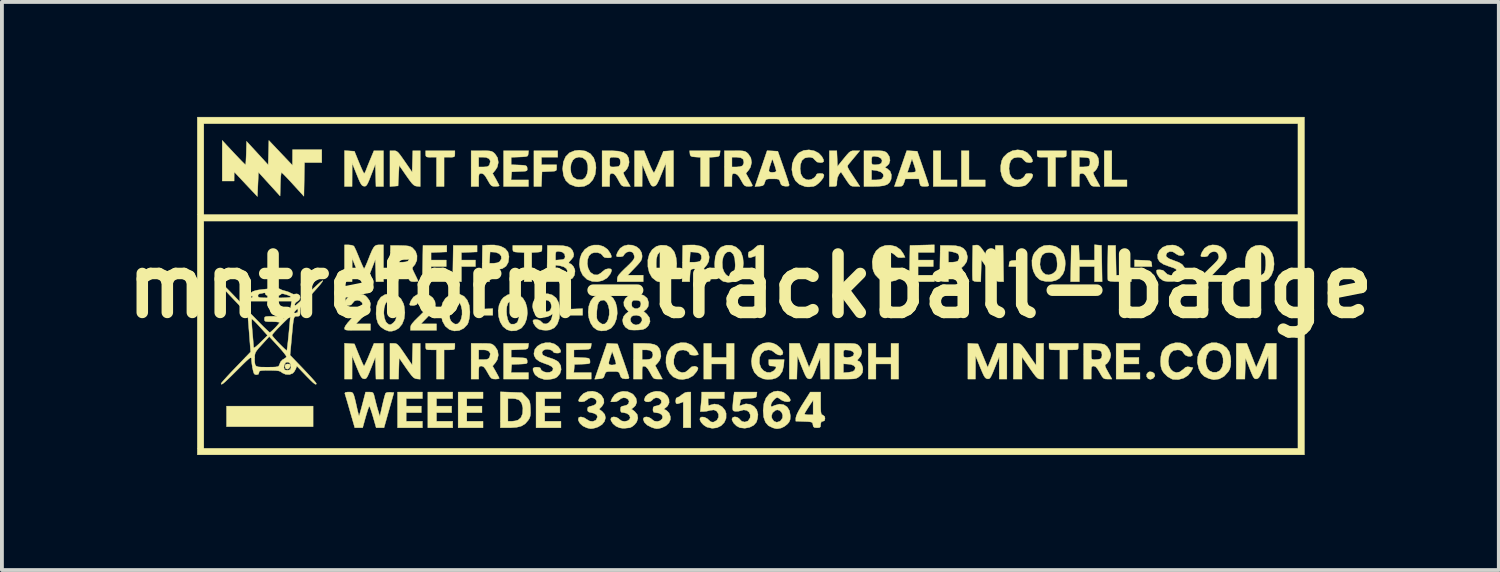
<source format=kicad_pcb>
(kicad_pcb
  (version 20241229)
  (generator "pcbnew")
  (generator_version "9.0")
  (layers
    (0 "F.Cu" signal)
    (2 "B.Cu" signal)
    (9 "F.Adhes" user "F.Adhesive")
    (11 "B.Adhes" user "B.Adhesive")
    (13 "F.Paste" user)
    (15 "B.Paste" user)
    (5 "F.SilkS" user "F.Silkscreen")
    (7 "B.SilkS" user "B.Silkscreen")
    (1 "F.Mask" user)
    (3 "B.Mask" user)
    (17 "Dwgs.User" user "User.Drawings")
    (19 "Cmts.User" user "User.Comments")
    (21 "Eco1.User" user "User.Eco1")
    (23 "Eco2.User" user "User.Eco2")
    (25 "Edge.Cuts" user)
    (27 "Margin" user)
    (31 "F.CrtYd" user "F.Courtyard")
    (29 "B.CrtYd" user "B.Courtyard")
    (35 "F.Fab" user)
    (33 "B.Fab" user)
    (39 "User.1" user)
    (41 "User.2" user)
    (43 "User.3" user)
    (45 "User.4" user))
  (footprint "mntreform-trackball-badge"
    (layer "F.Cu")
    (at 16.517 4.408)
    (property "Reference" "mntreform-trackball-badge" (at 0 0 0) (layer "F.SilkS") (effects (font (size 1.524 1.524) (thickness 0.3))))
    (attr through_hole)
    (fp_poly (pts (xy -11.402 3.669) (xy -13.66 3.669) (xy -13.66 3.133) (xy -11.402 3.133) (xy -11.402 3.669)) (stroke (width 0.01) (type solid)) (fill yes) (layer "F.SilkS"))
    (fp_poly (pts (xy 4.967 -2.766) (xy 5.39 -2.766) (xy 5.39 -2.596) (xy 4.77 -2.596) (xy 4.77 -3.528) (xy 4.967 -3.528) (xy 4.967 -2.766)) (stroke (width 0.01) (type solid)) (fill yes) (layer "F.SilkS"))
    (fp_poly (pts (xy 5.701 -2.766) (xy 6.124 -2.766) (xy 6.124 -2.596) (xy 5.503 -2.596) (xy 5.503 -3.528) (xy 5.701 -3.528) (xy 5.701 -2.766)) (stroke (width 0.01) (type solid)) (fill yes) (layer "F.SilkS"))
    (fp_poly (pts (xy 9.426 -2.766) (xy 9.821 -2.766) (xy 9.821 -2.596) (xy 9.229 -2.596) (xy 9.229 -3.528) (xy 9.426 -3.528) (xy 9.426 -2.766)) (stroke (width 0.01) (type solid)) (fill yes) (layer "F.SilkS"))
    (fp_poly (pts (xy -6.717 0.762) (xy -7.172 0.762) (xy -7.163 0.684) (xy -7.156 0.645) (xy -7.139 0.622) (xy -7.098 0.609) (xy -7.022 0.602) (xy -6.936 0.599) (xy -6.717 0.59) (xy -6.717 0.762)) (stroke (width 0.01) (type solid)) (fill yes) (layer "F.SilkS"))
    (fp_poly (pts (xy -4.374 0.762) (xy -4.83 0.762) (xy -4.821 0.684) (xy -4.814 0.645) (xy -4.796 0.622) (xy -4.756 0.609) (xy -4.68 0.602) (xy -4.593 0.599) (xy -4.374 0.59) (xy -4.374 0.762)) (stroke (width 0.01) (type solid)) (fill yes) (layer "F.SilkS"))
    (fp_poly (pts (xy 7.197 -0.508) (xy 6.741 -0.508) (xy 6.75 -0.586) (xy 6.757 -0.625) (xy 6.775 -0.648) (xy 6.816 -0.661) (xy 6.891 -0.668) (xy 6.978 -0.671) (xy 7.197 -0.68) (xy 7.197 -0.508)) (stroke (width 0.01) (type solid)) (fill yes) (layer "F.SilkS"))
    (fp_poly (pts (xy 10.238 -0.671) (xy 10.348 -0.666) (xy 10.413 -0.659) (xy 10.447 -0.644) (xy 10.461 -0.616) (xy 10.465 -0.586) (xy 10.474 -0.508) (xy 10.019 -0.508) (xy 10.019 -0.68) (xy 10.238 -0.671)) (stroke (width 0.01) (type solid)) (fill yes) (layer "F.SilkS"))
    (fp_poly (pts (xy -12.01 2.041) (xy -11.998 2.078) (xy -12 2.095) (xy -12.026 2.148) (xy -12.073 2.171) (xy -12.116 2.155) (xy -12.133 2.113) (xy -12.136 2.084) (xy -12.117 2.043) (xy -12.063 2.032) (xy -12.01 2.041)) (stroke (width 0.01) (type solid)) (fill yes) (layer "F.SilkS"))
    (fp_poly (pts (xy -7.126 -0.889) (xy -7.535 -0.872) (xy -7.535 -0.677) (xy -7.168 -0.677) (xy -7.168 -0.508) (xy -7.535 -0.508) (xy -7.535 -0.113) (xy -7.762 -0.113) (xy -7.747 -1.058) (xy -7.126 -1.058) (xy -7.126 -0.889)) (stroke (width 0.01) (type solid)) (fill yes) (layer "F.SilkS"))
    (fp_poly (pts (xy 10.488 2.246) (xy 10.537 2.287) (xy 10.549 2.343) (xy 10.546 2.354) (xy 10.5 2.412) (xy 10.434 2.435) (xy 10.373 2.417) (xy 10.334 2.361) (xy 10.336 2.298) (xy 10.376 2.249) (xy 10.416 2.235) (xy 10.488 2.246)) (stroke (width 0.01) (type solid)) (fill yes) (layer "F.SilkS"))
    (fp_poly (pts (xy -8.551 2.935) (xy -8.975 2.935) (xy -8.975 3.133) (xy -8.58 3.133) (xy -8.58 3.302) (xy -8.975 3.302) (xy -8.975 3.528) (xy -8.551 3.528) (xy -8.551 3.697) (xy -9.2 3.697) (xy -9.2 2.766) (xy -8.551 2.766) (xy -8.551 2.935)) (stroke (width 0.01) (type solid)) (fill yes) (layer "F.SilkS"))
    (fp_poly (pts (xy -7.916 -0.889) (xy -8.326 -0.872) (xy -8.326 -0.677) (xy -7.93 -0.677) (xy -7.93 -0.508) (xy -8.326 -0.508) (xy -8.326 -0.282) (xy -7.902 -0.282) (xy -7.902 -0.113) (xy -8.553 -0.113) (xy -8.537 -1.058) (xy -7.916 -1.058) (xy -7.916 -0.889)) (stroke (width 0.01) (type solid)) (fill yes) (layer "F.SilkS"))
    (fp_poly (pts (xy -7.761 2.935) (xy -8.184 2.935) (xy -8.184 3.133) (xy -7.789 3.133) (xy -7.789 3.302) (xy -8.184 3.302) (xy -8.184 3.528) (xy -7.761 3.528) (xy -7.761 3.697) (xy -8.41 3.697) (xy -8.41 2.766) (xy -7.761 2.766) (xy -7.761 2.935)) (stroke (width 0.01) (type solid)) (fill yes) (layer "F.SilkS"))
    (fp_poly (pts (xy -6.971 2.935) (xy -7.394 2.935) (xy -7.394 3.133) (xy -6.999 3.133) (xy -6.999 3.302) (xy -7.394 3.302) (xy -7.394 3.528) (xy -6.971 3.528) (xy -6.971 3.697) (xy -7.62 3.697) (xy -7.62 2.766) (xy -6.971 2.766) (xy -6.971 2.935)) (stroke (width 0.01) (type solid)) (fill yes) (layer "F.SilkS"))
    (fp_poly (pts (xy -4.939 2.935) (xy -5.362 2.935) (xy -5.362 3.133) (xy -4.967 3.133) (xy -4.967 3.302) (xy -5.362 3.302) (xy -5.362 3.528) (xy -4.939 3.528) (xy -4.939 3.697) (xy -5.588 3.697) (xy -5.588 2.766) (xy -4.939 2.766) (xy -4.939 2.935)) (stroke (width 0.01) (type solid)) (fill yes) (layer "F.SilkS"))
    (fp_poly (pts (xy -1.016 1.863) (xy -0.621 1.863) (xy -0.621 1.496) (xy -0.423 1.496) (xy -0.423 2.427) (xy -0.621 2.427) (xy -0.621 2.032) (xy -1.016 2.032) (xy -1.016 2.427) (xy -1.214 2.427) (xy -1.214 1.496) (xy -1.016 1.496) (xy -1.016 1.863)) (stroke (width 0.01) (type solid)) (fill yes) (layer "F.SilkS"))
    (fp_poly (pts (xy 3.274 1.863) (xy 3.669 1.863) (xy 3.669 1.496) (xy 3.866 1.496) (xy 3.866 2.427) (xy 3.669 2.427) (xy 3.669 2.032) (xy 3.274 2.032) (xy 3.274 2.427) (xy 3.076 2.427) (xy 3.076 1.496) (xy 3.274 1.496) (xy 3.274 1.863)) (stroke (width 0.01) (type solid)) (fill yes) (layer "F.SilkS"))
    (fp_poly (pts (xy 4.798 -0.875) (xy 4.374 -0.875) (xy 4.374 -0.677) (xy 4.77 -0.677) (xy 4.77 -0.508) (xy 4.374 -0.508) (xy 4.374 -0.282) (xy 4.798 -0.282) (xy 4.798 -0.113) (xy 4.147 -0.113) (xy 4.163 -1.058) (xy 4.798 -1.074) (xy 4.798 -0.875)) (stroke (width 0.01) (type solid)) (fill yes) (layer "F.SilkS"))
    (fp_poly (pts (xy 9.158 -1.058) (xy 9.174 -0.113) (xy 8.975 -0.113) (xy 8.975 -0.508) (xy 8.58 -0.508) (xy 8.58 -0.113) (xy 8.352 -0.113) (xy 8.368 -1.058) (xy 8.565 -1.058) (xy 8.582 -0.677) (xy 8.975 -0.677) (xy 8.975 -1.076) (xy 9.158 -1.058)) (stroke (width 0.01) (type solid)) (fill yes) (layer "F.SilkS"))
    (fp_poly (pts (xy 10.16 1.665) (xy 9.737 1.665) (xy 9.737 1.863) (xy 10.132 1.863) (xy 10.132 2.032) (xy 9.737 2.032) (xy 9.737 2.258) (xy 10.16 2.258) (xy 10.16 2.427) (xy 9.539 2.427) (xy 9.539 1.496) (xy 10.16 1.496) (xy 10.16 1.665)) (stroke (width 0.01) (type solid)) (fill yes) (layer "F.SilkS"))
    (fp_poly (pts (xy 12.745 -0.305) (xy 12.767 -0.285) (xy 12.806 -0.233) (xy 12.802 -0.188) (xy 12.796 -0.176) (xy 12.748 -0.138) (xy 12.681 -0.117) (xy 12.622 -0.121) (xy 12.607 -0.13) (xy 12.586 -0.186) (xy 12.599 -0.254) (xy 12.639 -0.307) (xy 12.647 -0.312) (xy 12.698 -0.328) (xy 12.745 -0.305)) (stroke (width 0.01) (type solid)) (fill yes) (layer "F.SilkS"))
    (fp_poly (pts (xy -5.024 -3.358) (xy -5.447 -3.358) (xy -5.447 -3.161) (xy -5.052 -3.161) (xy -5.052 -3.078) (xy -5.054 -3.033) (xy -5.069 -3.008) (xy -5.108 -2.995) (xy -5.186 -2.988) (xy -5.242 -2.986) (xy -5.433 -2.977) (xy -5.449 -2.596) (xy -5.644 -2.596) (xy -5.644 -3.528) (xy -5.024 -3.528) (xy -5.024 -3.358)) (stroke (width 0.01) (type solid)) (fill yes) (layer "F.SilkS"))
    (fp_poly (pts (xy -7.705 -3.443) (xy -7.708 -3.393) (xy -7.727 -3.368) (xy -7.776 -3.359) (xy -7.846 -3.358) (xy -7.987 -3.358) (xy -7.987 -2.596) (xy -8.184 -2.596) (xy -8.184 -3.358) (xy -8.326 -3.358) (xy -8.409 -3.36) (xy -8.451 -3.372) (xy -8.465 -3.401) (xy -8.467 -3.443) (xy -8.467 -3.528) (xy -7.705 -3.528) (xy -7.705 -3.443)) (stroke (width 0.01) (type solid)) (fill yes) (layer "F.SilkS"))
    (fp_poly (pts (xy -7.705 1.58) (xy -7.708 1.631) (xy -7.727 1.656) (xy -7.776 1.664) (xy -7.846 1.665) (xy -7.987 1.665) (xy -7.987 2.427) (xy -8.184 2.427) (xy -8.184 1.665) (xy -8.326 1.665) (xy -8.409 1.663) (xy -8.451 1.652) (xy -8.465 1.622) (xy -8.467 1.58) (xy -8.467 1.496) (xy -7.705 1.496) (xy -7.705 1.58)) (stroke (width 0.01) (type solid)) (fill yes) (layer "F.SilkS"))
    (fp_poly (pts (xy -5.433 -0.974) (xy -5.437 -0.922) (xy -5.458 -0.896) (xy -5.512 -0.885) (xy -5.567 -0.88) (xy -5.701 -0.872) (xy -5.701 -0.113) (xy -5.898 -0.113) (xy -5.898 -0.872) (xy -6.047 -0.88) (xy -6.133 -0.887) (xy -6.177 -0.901) (xy -6.193 -0.93) (xy -6.195 -0.974) (xy -6.195 -1.058) (xy -5.433 -1.058) (xy -5.433 -0.974)) (stroke (width 0.01) (type solid)) (fill yes) (layer "F.SilkS"))
    (fp_poly (pts (xy -1.552 3.697) (xy -1.75 3.697) (xy -1.75 3.021) (xy -1.822 3.049) (xy -1.897 3.072) (xy -1.935 3.064) (xy -1.947 3.018) (xy -1.947 2.992) (xy -1.935 2.925) (xy -1.904 2.907) (xy -1.855 2.888) (xy -1.796 2.842) (xy -1.79 2.836) (xy -1.703 2.78) (xy -1.636 2.766) (xy -1.552 2.766) (xy -1.552 3.697)) (stroke (width 0.01) (type solid)) (fill yes) (layer "F.SilkS"))
    (fp_poly (pts (xy -0.795 -3.45) (xy -0.806 -3.403) (xy -0.835 -3.378) (xy -0.897 -3.367) (xy -0.938 -3.364) (xy -1.072 -3.355) (xy -1.072 -2.596) (xy -1.298 -2.596) (xy -1.298 -3.355) (xy -1.432 -3.364) (xy -1.514 -3.372) (xy -1.555 -3.39) (xy -1.572 -3.426) (xy -1.575 -3.45) (xy -1.584 -3.528) (xy -0.786 -3.528) (xy -0.795 -3.45)) (stroke (width 0.01) (type solid)) (fill yes) (layer "F.SilkS"))
    (fp_poly (pts (xy 8.241 -3.443) (xy 8.238 -3.393) (xy 8.219 -3.368) (xy 8.169 -3.359) (xy 8.1 -3.358) (xy 7.959 -3.358) (xy 7.959 -2.596) (xy 7.761 -2.596) (xy 7.761 -3.358) (xy 7.62 -3.358) (xy 7.536 -3.36) (xy 7.495 -3.372) (xy 7.48 -3.401) (xy 7.479 -3.443) (xy 7.479 -3.528) (xy 8.241 -3.528) (xy 8.241 -3.443)) (stroke (width 0.01) (type solid)) (fill yes) (layer "F.SilkS"))
    (fp_poly (pts (xy 8.551 1.58) (xy 8.548 1.631) (xy 8.529 1.656) (xy 8.48 1.664) (xy 8.41 1.665) (xy 8.269 1.665) (xy 8.269 2.427) (xy 8.072 2.427) (xy 8.072 1.665) (xy 7.93 1.665) (xy 7.847 1.663) (xy 7.805 1.652) (xy 7.791 1.622) (xy 7.789 1.58) (xy 7.789 1.496) (xy 8.551 1.496) (xy 8.551 1.58)) (stroke (width 0.01) (type solid)) (fill yes) (layer "F.SilkS"))
    (fp_poly (pts (xy 9.533 -0.67) (xy 9.541 -0.282) (xy 9.934 -0.282) (xy 9.934 -0.113) (xy 9.637 -0.113) (xy 9.491 -0.115) (xy 9.395 -0.122) (xy 9.342 -0.135) (xy 9.326 -0.149) (xy 9.321 -0.189) (xy 9.319 -0.275) (xy 9.318 -0.395) (xy 9.318 -0.54) (xy 9.32 -0.622) (xy 9.327 -1.058) (xy 9.525 -1.058) (xy 9.533 -0.67)) (stroke (width 0.01) (type solid)) (fill yes) (layer "F.SilkS"))
    (fp_poly (pts (xy 0.274 -1.067) (xy 0.353 -1.058) (xy 0.353 -0.127) (xy 0.247 -0.118) (xy 0.141 -0.109) (xy 0.141 -0.789) (xy 0.069 -0.761) (xy -0.006 -0.738) (xy -0.044 -0.746) (xy -0.056 -0.792) (xy -0.056 -0.818) (xy -0.045 -0.884) (xy -0.011 -0.903) (xy 0.035 -0.923) (xy 0.096 -0.971) (xy 0.115 -0.99) (xy 0.187 -1.051) (xy 0.255 -1.069) (xy 0.274 -1.067)) (stroke (width 0.01) (type solid)) (fill yes) (layer "F.SilkS"))
    (fp_poly (pts (xy 14.45 4.403) (xy -14.422 4.403) (xy -14.422 -1.693) (xy -14.252 -1.693) (xy -14.252 4.233) (xy 14.28 4.233) (xy 14.28 -1.693) (xy -14.252 -1.693) (xy -14.422 -1.693) (xy -14.422 -4.233) (xy -14.252 -4.233) (xy -14.252 -1.863) (xy 14.28 -1.863) (xy 14.28 -4.233) (xy -14.252 -4.233) (xy -14.422 -4.233) (xy -14.422 -4.403) (xy 14.45 -4.403) (xy 14.45 4.403)) (stroke (width 0.01) (type solid)) (fill yes) (layer "F.SilkS"))
    (fp_poly (pts (xy 6.999 1.499) (xy 7.036 1.512) (xy 7.075 1.544) (xy 7.124 1.602) (xy 7.191 1.694) (xy 7.252 1.783) (xy 7.451 2.069) (xy 7.451 1.496) (xy 7.648 1.496) (xy 7.648 2.427) (xy 7.565 2.427) (xy 7.527 2.422) (xy 7.49 2.403) (xy 7.446 2.361) (xy 7.389 2.289) (xy 7.311 2.179) (xy 7.283 2.139) (xy 7.084 1.852) (xy 7.084 2.427) (xy 6.858 2.427) (xy 6.858 1.496) (xy 6.956 1.496) (xy 6.999 1.499)) (stroke (width 0.01) (type solid)) (fill yes) (layer "F.SilkS"))
    (fp_poly (pts (xy -9.257 1.499) (xy -9.22 1.512) (xy -9.182 1.545) (xy -9.133 1.603) (xy -9.067 1.697) (xy -9.011 1.779) (xy -8.819 2.061) (xy -8.811 1.779) (xy -8.803 1.496) (xy -8.608 1.496) (xy -8.608 2.431) (xy -8.698 2.422) (xy -8.741 2.412) (xy -8.782 2.388) (xy -8.829 2.34) (xy -8.89 2.262) (xy -8.973 2.145) (xy -9.158 1.877) (xy -9.166 2.152) (xy -9.174 2.427) (xy -9.398 2.427) (xy -9.398 1.496) (xy -9.3 1.496) (xy -9.257 1.499)) (stroke (width 0.01) (type solid)) (fill yes) (layer "F.SilkS"))
    (fp_poly (pts (xy -9.258 -3.525) (xy -9.221 -3.511) (xy -9.181 -3.478) (xy -9.132 -3.418) (xy -9.065 -3.324) (xy -9.012 -3.248) (xy -8.819 -2.968) (xy -8.811 -3.248) (xy -8.803 -3.528) (xy -8.608 -3.528) (xy -8.608 -2.593) (xy -8.698 -2.602) (xy -8.741 -2.611) (xy -8.782 -2.636) (xy -8.829 -2.683) (xy -8.89 -2.762) (xy -8.973 -2.879) (xy -9.158 -3.147) (xy -9.172 -2.879) (xy -9.186 -2.611) (xy -9.292 -2.602) (xy -9.398 -2.593) (xy -9.398 -3.528) (xy -9.301 -3.528) (xy -9.258 -3.525)) (stroke (width 0.01) (type solid)) (fill yes) (layer "F.SilkS"))
    (fp_poly (pts (xy -5.791 -3.45) (xy -5.798 -3.411) (xy -5.815 -3.387) (xy -5.856 -3.375) (xy -5.932 -3.368) (xy -6.018 -3.364) (xy -6.237 -3.356) (xy -6.237 -3.163) (xy -6.032 -3.155) (xy -5.927 -3.15) (xy -5.865 -3.141) (xy -5.834 -3.124) (xy -5.822 -3.094) (xy -5.819 -3.07) (xy -5.817 -3.031) (xy -5.828 -3.008) (xy -5.865 -2.995) (xy -5.94 -2.989) (xy -6.017 -2.986) (xy -6.223 -2.977) (xy -6.241 -2.766) (xy -5.786 -2.766) (xy -5.786 -2.596) (xy -6.435 -2.596) (xy -6.435 -3.528) (xy -5.782 -3.528) (xy -5.791 -3.45)) (stroke (width 0.01) (type solid)) (fill yes) (layer "F.SilkS"))
    (fp_poly (pts (xy 5.936 1.51) (xy 6.063 1.816) (xy 6.19 2.122) (xy 6.441 1.496) (xy 6.689 1.496) (xy 6.689 2.427) (xy 6.491 2.427) (xy 6.49 2.138) (xy 6.488 1.849) (xy 6.371 2.139) (xy 6.32 2.266) (xy 6.282 2.349) (xy 6.252 2.397) (xy 6.225 2.419) (xy 6.195 2.422) (xy 6.184 2.421) (xy 6.15 2.411) (xy 6.119 2.384) (xy 6.086 2.331) (xy 6.045 2.242) (xy 5.993 2.117) (xy 5.873 1.82) (xy 5.872 2.124) (xy 5.87 2.427) (xy 5.673 2.427) (xy 5.673 1.493) (xy 5.936 1.51)) (stroke (width 0.01) (type solid)) (fill yes) (layer "F.SilkS"))
    (fp_poly (pts (xy -5.791 1.573) (xy -5.798 1.612) (xy -5.815 1.636) (xy -5.856 1.649) (xy -5.932 1.656) (xy -6.018 1.659) (xy -6.237 1.667) (xy -6.237 1.86) (xy -6.032 1.868) (xy -5.927 1.874) (xy -5.865 1.882) (xy -5.834 1.899) (xy -5.822 1.93) (xy -5.819 1.953) (xy -5.817 1.992) (xy -5.828 2.016) (xy -5.865 2.028) (xy -5.94 2.034) (xy -6.017 2.038) (xy -6.223 2.046) (xy -6.232 2.152) (xy -6.241 2.258) (xy -5.786 2.258) (xy -5.786 2.427) (xy -6.435 2.427) (xy -6.435 1.496) (xy -5.782 1.496) (xy -5.791 1.573)) (stroke (width 0.01) (type solid)) (fill yes) (layer "F.SilkS"))
    (fp_poly (pts (xy -4.154 1.573) (xy -4.161 1.612) (xy -4.178 1.636) (xy -4.219 1.649) (xy -4.295 1.656) (xy -4.381 1.659) (xy -4.6 1.667) (xy -4.6 1.86) (xy -4.396 1.868) (xy -4.29 1.874) (xy -4.228 1.882) (xy -4.198 1.899) (xy -4.185 1.93) (xy -4.182 1.953) (xy -4.18 1.992) (xy -4.191 2.016) (xy -4.229 2.028) (xy -4.303 2.034) (xy -4.38 2.038) (xy -4.586 2.046) (xy -4.595 2.152) (xy -4.604 2.258) (xy -4.149 2.258) (xy -4.149 2.427) (xy -4.798 2.427) (xy -4.798 1.496) (xy -4.145 1.496) (xy -4.154 1.573)) (stroke (width 0.01) (type solid)) (fill yes) (layer "F.SilkS"))
    (fp_poly (pts (xy 5.957 -1.055) (xy 5.995 -1.023) (xy 6.043 -0.964) (xy 6.11 -0.869) (xy 6.168 -0.785) (xy 6.364 -0.494) (xy 6.392 -1.058) (xy 6.59 -1.058) (xy 6.605 -0.113) (xy 6.51 -0.113) (xy 6.468 -0.116) (xy 6.431 -0.13) (xy 6.392 -0.163) (xy 6.342 -0.224) (xy 6.275 -0.318) (xy 6.22 -0.398) (xy 6.025 -0.683) (xy 6.009 -0.113) (xy 5.911 -0.113) (xy 5.841 -0.122) (xy 5.8 -0.146) (xy 5.798 -0.149) (xy 5.794 -0.189) (xy 5.791 -0.275) (xy 5.79 -0.395) (xy 5.791 -0.54) (xy 5.792 -0.622) (xy 5.8 -1.058) (xy 5.885 -1.067) (xy 5.923 -1.067) (xy 5.957 -1.055)) (stroke (width 0.01) (type solid)) (fill yes) (layer "F.SilkS"))
    (fp_poly (pts (xy 13.068 1.809) (xy 13.191 2.122) (xy 13.251 1.985) (xy 13.295 1.882) (xy 13.346 1.757) (xy 13.379 1.672) (xy 13.448 1.496) (xy 13.716 1.496) (xy 13.716 2.427) (xy 13.52 2.427) (xy 13.512 2.124) (xy 13.504 1.822) (xy 13.388 2.117) (xy 13.335 2.248) (xy 13.296 2.335) (xy 13.263 2.386) (xy 13.233 2.412) (xy 13.201 2.422) (xy 13.167 2.422) (xy 13.14 2.406) (xy 13.111 2.366) (xy 13.077 2.292) (xy 13.029 2.176) (xy 13.021 2.154) (xy 12.912 1.878) (xy 12.904 2.153) (xy 12.896 2.427) (xy 12.672 2.427) (xy 12.672 1.496) (xy 12.945 1.496) (xy 13.068 1.809)) (stroke (width 0.01) (type solid)) (fill yes) (layer "F.SilkS"))
    (fp_poly (pts (xy -6.514 -1.038) (xy -6.395 -0.977) (xy -6.321 -0.887) (xy -6.294 -0.77) (xy -6.294 -0.763) (xy -6.312 -0.62) (xy -6.37 -0.518) (xy -6.467 -0.453) (xy -6.608 -0.425) (xy -6.662 -0.423) (xy -6.802 -0.423) (xy -6.802 -0.113) (xy -7 -0.113) (xy -6.993 -0.593) (xy -6.805 -0.593) (xy -6.692 -0.593) (xy -6.603 -0.604) (xy -6.54 -0.633) (xy -6.535 -0.637) (xy -6.492 -0.71) (xy -6.498 -0.782) (xy -6.548 -0.841) (xy -6.634 -0.877) (xy -6.675 -0.882) (xy -6.787 -0.889) (xy -6.796 -0.741) (xy -6.805 -0.593) (xy -6.993 -0.593) (xy -6.985 -1.058) (xy -6.872 -1.068) (xy -6.674 -1.069) (xy -6.514 -1.038)) (stroke (width 0.01) (type solid)) (fill yes) (layer "F.SilkS"))
    (fp_poly (pts (xy -2.004 -2.596) (xy -2.201 -2.596) (xy -2.204 -3.203) (xy -2.324 -2.907) (xy -2.378 -2.776) (xy -2.419 -2.689) (xy -2.452 -2.637) (xy -2.483 -2.611) (xy -2.515 -2.602) (xy -2.548 -2.602) (xy -2.575 -2.617) (xy -2.603 -2.656) (xy -2.638 -2.728) (xy -2.685 -2.841) (xy -2.703 -2.884) (xy -2.819 -3.175) (xy -2.822 -2.596) (xy -3.02 -2.596) (xy -3.02 -3.528) (xy -2.772 -3.528) (xy -2.652 -3.23) (xy -2.603 -3.114) (xy -2.56 -3.024) (xy -2.527 -2.967) (xy -2.51 -2.954) (xy -2.491 -2.989) (xy -2.456 -3.063) (xy -2.411 -3.166) (xy -2.378 -3.246) (xy -2.267 -3.514) (xy -2.135 -3.522) (xy -2.004 -3.531) (xy -2.004 -2.596)) (stroke (width 0.01) (type solid)) (fill yes) (layer "F.SilkS"))
    (fp_poly (pts (xy 2.06 2.427) (xy 1.836 2.427) (xy 1.828 2.153) (xy 1.82 1.878) (xy 1.711 2.154) (xy 1.662 2.278) (xy 1.625 2.357) (xy 1.596 2.402) (xy 1.569 2.42) (xy 1.537 2.422) (xy 1.531 2.422) (xy 1.498 2.412) (xy 1.467 2.385) (xy 1.435 2.332) (xy 1.395 2.243) (xy 1.344 2.117) (xy 1.228 1.822) (xy 1.22 2.124) (xy 1.212 2.427) (xy 1.016 2.427) (xy 1.016 1.496) (xy 1.15 1.496) (xy 1.284 1.496) (xy 1.408 1.809) (xy 1.531 2.121) (xy 1.579 2.013) (xy 1.614 1.932) (xy 1.659 1.822) (xy 1.705 1.705) (xy 1.707 1.7) (xy 1.787 1.496) (xy 2.06 1.496) (xy 2.06 2.427)) (stroke (width 0.01) (type solid)) (fill yes) (layer "F.SilkS"))
    (fp_poly (pts (xy -10.324 -3.514) (xy -10.207 -3.225) (xy -10.158 -3.109) (xy -10.116 -3.015) (xy -10.085 -2.954) (xy -10.071 -2.935) (xy -10.05 -2.959) (xy -10.025 -3.013) (xy -10.002 -3.075) (xy -9.964 -3.171) (xy -9.918 -3.283) (xy -9.907 -3.309) (xy -9.816 -3.528) (xy -9.567 -3.528) (xy -9.567 -2.596) (xy -9.763 -2.596) (xy -9.779 -3.175) (xy -9.892 -2.885) (xy -9.942 -2.757) (xy -9.979 -2.674) (xy -10.008 -2.627) (xy -10.035 -2.605) (xy -10.065 -2.602) (xy -10.075 -2.602) (xy -10.109 -2.612) (xy -10.139 -2.639) (xy -10.172 -2.693) (xy -10.213 -2.782) (xy -10.264 -2.907) (xy -10.383 -3.203) (xy -10.386 -2.596) (xy -10.583 -2.596) (xy -10.583 -3.531) (xy -10.324 -3.514)) (stroke (width 0.01) (type solid)) (fill yes) (layer "F.SilkS"))
    (fp_poly (pts (xy -10.324 1.51) (xy -10.207 1.799) (xy -10.158 1.915) (xy -10.117 2.009) (xy -10.087 2.07) (xy -10.074 2.088) (xy -10.058 2.064) (xy -10.026 1.997) (xy -9.982 1.9) (xy -9.937 1.792) (xy -9.815 1.496) (xy -9.567 1.496) (xy -9.567 2.427) (xy -9.763 2.427) (xy -9.771 2.143) (xy -9.779 1.859) (xy -9.892 2.144) (xy -9.943 2.27) (xy -9.98 2.351) (xy -10.009 2.398) (xy -10.036 2.418) (xy -10.067 2.422) (xy -10.075 2.421) (xy -10.109 2.411) (xy -10.139 2.384) (xy -10.172 2.331) (xy -10.213 2.242) (xy -10.265 2.117) (xy -10.385 1.82) (xy -10.385 2.124) (xy -10.386 2.427) (xy -10.583 2.427) (xy -10.583 1.493) (xy -10.324 1.51)) (stroke (width 0.01) (type solid)) (fill yes) (layer "F.SilkS"))
    (fp_poly (pts (xy -6.238 2.77) (xy -5.956 2.78) (xy -5.85 2.886) (xy -5.795 2.945) (xy -5.762 2.997) (xy -5.745 3.061) (xy -5.736 3.156) (xy -5.734 3.196) (xy -5.731 3.31) (xy -5.739 3.387) (xy -5.76 3.448) (xy -5.791 3.5) (xy -5.87 3.591) (xy -5.967 3.651) (xy -6.095 3.685) (xy -6.264 3.697) (xy -6.287 3.697) (xy -6.519 3.697) (xy -6.519 2.935) (xy -6.322 2.935) (xy -6.322 3.528) (xy -6.224 3.528) (xy -6.134 3.518) (xy -6.057 3.496) (xy -5.982 3.432) (xy -5.94 3.328) (xy -5.932 3.192) (xy -5.934 3.169) (xy -5.965 3.049) (xy -6.027 2.975) (xy -6.128 2.94) (xy -6.198 2.935) (xy -6.322 2.935) (xy -6.519 2.935) (xy -6.519 2.76) (xy -6.238 2.77)) (stroke (width 0.01) (type solid)) (fill yes) (layer "F.SilkS"))
    (fp_poly (pts (xy 4.215 -3.522) (xy 4.353 -3.514) (xy 4.504 -3.076) (xy 4.555 -2.928) (xy 4.599 -2.799) (xy 4.632 -2.698) (xy 4.652 -2.635) (xy 4.656 -2.618) (xy 4.632 -2.604) (xy 4.569 -2.597) (xy 4.545 -2.596) (xy 4.472 -2.601) (xy 4.436 -2.622) (xy 4.418 -2.677) (xy 4.415 -2.695) (xy 4.396 -2.794) (xy 4.04 -2.794) (xy 4.008 -2.695) (xy 3.98 -2.63) (xy 3.942 -2.603) (xy 3.872 -2.596) (xy 3.865 -2.596) (xy 3.756 -2.596) (xy 3.882 -2.963) (xy 4.096 -2.963) (xy 4.207 -2.963) (xy 4.286 -2.972) (xy 4.316 -2.995) (xy 4.316 -2.999) (xy 4.306 -3.044) (xy 4.282 -3.121) (xy 4.264 -3.174) (xy 4.215 -3.315) (xy 4.096 -2.963) (xy 3.882 -2.963) (xy 3.917 -3.063) (xy 4.078 -3.53) (xy 4.215 -3.522)) (stroke (width 0.01) (type solid)) (fill yes) (layer "F.SilkS"))
    (fp_poly (pts (xy -8.471 0.207) (xy -8.366 0.244) (xy -8.281 0.308) (xy -8.226 0.399) (xy -8.213 0.483) (xy -8.223 0.549) (xy -8.258 0.62) (xy -8.324 0.707) (xy -8.428 0.82) (xy -8.434 0.826) (xy -8.592 0.988) (xy -8.184 0.988) (xy -8.184 1.157) (xy -8.862 1.157) (xy -8.862 1.079) (xy -8.853 1.034) (xy -8.82 0.98) (xy -8.757 0.908) (xy -8.658 0.81) (xy -8.636 0.79) (xy -8.518 0.671) (xy -8.443 0.579) (xy -8.409 0.506) (xy -8.412 0.446) (xy -8.444 0.401) (xy -8.512 0.367) (xy -8.59 0.372) (xy -8.653 0.412) (xy -8.669 0.437) (xy -8.708 0.489) (xy -8.773 0.507) (xy -8.796 0.508) (xy -8.859 0.506) (xy -8.884 0.491) (xy -8.877 0.449) (xy -8.85 0.382) (xy -8.785 0.287) (xy -8.692 0.227) (xy -8.584 0.201) (xy -8.471 0.207)) (stroke (width 0.01) (type solid)) (fill yes) (layer "F.SilkS"))
    (fp_poly (pts (xy -3.079 -1.065) (xy -2.975 -1.027) (xy -2.89 -0.961) (xy -2.835 -0.867) (xy -2.822 -0.782) (xy -2.827 -0.725) (xy -2.844 -0.674) (xy -2.883 -0.616) (xy -2.951 -0.539) (xy -3.01 -0.477) (xy -3.198 -0.282) (xy -2.794 -0.282) (xy -2.794 -0.113) (xy -3.471 -0.113) (xy -3.471 -0.19) (xy -3.462 -0.236) (xy -3.429 -0.291) (xy -3.365 -0.363) (xy -3.266 -0.461) (xy -3.243 -0.482) (xy -3.141 -0.58) (xy -3.075 -0.65) (xy -3.039 -0.701) (xy -3.024 -0.743) (xy -3.024 -0.775) (xy -3.046 -0.844) (xy -3.079 -0.883) (xy -3.148 -0.9) (xy -3.222 -0.882) (xy -3.278 -0.839) (xy -3.288 -0.818) (xy -3.319 -0.777) (xy -3.385 -0.762) (xy -3.403 -0.762) (xy -3.467 -0.764) (xy -3.493 -0.779) (xy -3.487 -0.821) (xy -3.459 -0.888) (xy -3.394 -0.985) (xy -3.3 -1.046) (xy -3.192 -1.072) (xy -3.079 -1.065)) (stroke (width 0.01) (type solid)) (fill yes) (layer "F.SilkS"))
    (fp_poly (pts (xy -2.622 1.502) (xy -2.506 1.524) (xy -2.426 1.565) (xy -2.375 1.631) (xy -2.346 1.708) (xy -2.331 1.833) (xy -2.366 1.939) (xy -2.415 2.004) (xy -2.481 2.074) (xy -2.292 2.427) (xy -2.409 2.427) (xy -2.473 2.424) (xy -2.517 2.409) (xy -2.553 2.369) (xy -2.596 2.293) (xy -2.611 2.265) (xy -2.673 2.161) (xy -2.726 2.106) (xy -2.759 2.094) (xy -2.794 2.093) (xy -2.813 2.111) (xy -2.821 2.16) (xy -2.822 2.253) (xy -2.822 2.427) (xy -3.048 2.427) (xy -3.048 1.665) (xy -2.822 1.665) (xy -2.822 1.919) (xy -2.715 1.919) (xy -2.636 1.911) (xy -2.58 1.89) (xy -2.574 1.885) (xy -2.546 1.83) (xy -2.54 1.792) (xy -2.56 1.718) (xy -2.624 1.676) (xy -2.715 1.665) (xy -2.822 1.665) (xy -3.048 1.665) (xy -3.048 1.496) (xy -2.784 1.496) (xy -2.622 1.502)) (stroke (width 0.01) (type solid)) (fill yes) (layer "F.SilkS"))
    (fp_poly (pts (xy 2.264 -3.323) (xy 2.272 -3.119) (xy 2.437 -3.323) (xy 2.516 -3.419) (xy 2.572 -3.479) (xy 2.617 -3.512) (xy 2.662 -3.525) (xy 2.721 -3.528) (xy 2.729 -3.528) (xy 2.855 -3.528) (xy 2.72 -3.365) (xy 2.649 -3.28) (xy 2.588 -3.207) (xy 2.551 -3.162) (xy 2.549 -3.159) (xy 2.535 -3.13) (xy 2.543 -3.088) (xy 2.577 -3.024) (xy 2.635 -2.934) (xy 2.701 -2.834) (xy 2.762 -2.742) (xy 2.804 -2.678) (xy 2.807 -2.674) (xy 2.857 -2.596) (xy 2.734 -2.597) (xy 2.671 -2.599) (xy 2.626 -2.613) (xy 2.586 -2.646) (xy 2.538 -2.71) (xy 2.487 -2.786) (xy 2.363 -2.974) (xy 2.31 -2.909) (xy 2.269 -2.819) (xy 2.258 -2.72) (xy 2.256 -2.644) (xy 2.24 -2.608) (xy 2.2 -2.597) (xy 2.159 -2.596) (xy 2.06 -2.596) (xy 2.06 -3.528) (xy 2.255 -3.528) (xy 2.264 -3.323)) (stroke (width 0.01) (type solid)) (fill yes) (layer "F.SilkS"))
    (fp_poly (pts (xy 12.161 -1.065) (xy 12.265 -1.027) (xy 12.35 -0.961) (xy 12.405 -0.867) (xy 12.418 -0.782) (xy 12.413 -0.725) (xy 12.396 -0.674) (xy 12.357 -0.616) (xy 12.289 -0.539) (xy 12.23 -0.477) (xy 12.042 -0.282) (xy 12.446 -0.282) (xy 12.446 -0.113) (xy 11.769 -0.113) (xy 11.769 -0.19) (xy 11.778 -0.236) (xy 11.811 -0.291) (xy 11.875 -0.363) (xy 11.974 -0.461) (xy 11.997 -0.482) (xy 12.099 -0.58) (xy 12.165 -0.65) (xy 12.201 -0.701) (xy 12.216 -0.743) (xy 12.216 -0.775) (xy 12.194 -0.844) (xy 12.161 -0.883) (xy 12.092 -0.9) (xy 12.018 -0.882) (xy 11.962 -0.839) (xy 11.952 -0.818) (xy 11.921 -0.777) (xy 11.855 -0.762) (xy 11.837 -0.762) (xy 11.773 -0.764) (xy 11.747 -0.779) (xy 11.753 -0.821) (xy 11.781 -0.888) (xy 11.846 -0.985) (xy 11.94 -1.046) (xy 12.048 -1.072) (xy 12.161 -1.065)) (stroke (width 0.01) (type solid)) (fill yes) (layer "F.SilkS"))
    (fp_poly (pts (xy -7.582 0.213) (xy -7.468 0.268) (xy -7.383 0.367) (xy -7.33 0.504) (xy -7.313 0.677) (xy -7.317 0.748) (xy -7.331 0.856) (xy -7.355 0.95) (xy -7.377 1.001) (xy -7.473 1.103) (xy -7.592 1.161) (xy -7.722 1.173) (xy -7.845 1.137) (xy -7.954 1.049) (xy -8.028 0.918) (xy -8.062 0.765) (xy -8.063 0.679) (xy -7.846 0.679) (xy -7.843 0.789) (xy -7.833 0.859) (xy -7.809 0.909) (xy -7.777 0.946) (xy -7.702 0.995) (xy -7.632 0.989) (xy -7.573 0.93) (xy -7.54 0.858) (xy -7.517 0.744) (xy -7.519 0.625) (xy -7.543 0.516) (xy -7.584 0.428) (xy -7.64 0.376) (xy -7.677 0.367) (xy -7.758 0.389) (xy -7.811 0.455) (xy -7.84 0.569) (xy -7.846 0.679) (xy -8.063 0.679) (xy -8.063 0.589) (xy -8.024 0.438) (xy -7.949 0.319) (xy -7.842 0.239) (xy -7.723 0.205) (xy -7.582 0.213)) (stroke (width 0.01) (type solid)) (fill yes) (layer "F.SilkS"))
    (fp_poly (pts (xy -4.299 -3.519) (xy -4.174 -3.452) (xy -4.085 -3.344) (xy -4.036 -3.197) (xy -4.025 -3.08) (xy -4.046 -2.909) (xy -4.108 -2.769) (xy -4.204 -2.664) (xy -4.329 -2.601) (xy -4.477 -2.584) (xy -4.564 -2.597) (xy -4.708 -2.652) (xy -4.81 -2.746) (xy -4.872 -2.878) (xy -4.895 -3.051) (xy -4.895 -3.062) (xy -4.894 -3.071) (xy -4.689 -3.071) (xy -4.676 -2.953) (xy -4.634 -2.857) (xy -4.616 -2.835) (xy -4.52 -2.776) (xy -4.41 -2.77) (xy -4.362 -2.783) (xy -4.3 -2.834) (xy -4.258 -2.923) (xy -4.237 -3.032) (xy -4.239 -3.144) (xy -4.268 -3.245) (xy -4.292 -3.284) (xy -4.372 -3.345) (xy -4.469 -3.363) (xy -4.564 -3.337) (xy -4.626 -3.284) (xy -4.673 -3.188) (xy -4.689 -3.071) (xy -4.894 -3.071) (xy -4.875 -3.237) (xy -4.815 -3.375) (xy -4.717 -3.473) (xy -4.582 -3.529) (xy -4.459 -3.542) (xy -4.299 -3.519)) (stroke (width 0.01) (type solid)) (fill yes) (layer "F.SilkS"))
    (fp_poly (pts (xy 3.799 -1.028) (xy 3.914 -0.948) (xy 3.987 -0.845) (xy 4.036 -0.748) (xy 3.936 -0.739) (xy 3.855 -0.743) (xy 3.798 -0.779) (xy 3.778 -0.803) (xy 3.703 -0.858) (xy 3.608 -0.877) (xy 3.515 -0.859) (xy 3.458 -0.82) (xy 3.418 -0.743) (xy 3.395 -0.637) (xy 3.393 -0.523) (xy 3.413 -0.427) (xy 3.476 -0.338) (xy 3.563 -0.293) (xy 3.661 -0.293) (xy 3.756 -0.342) (xy 3.782 -0.367) (xy 3.85 -0.422) (xy 3.919 -0.45) (xy 3.976 -0.449) (xy 4.005 -0.417) (xy 4.007 -0.402) (xy 3.978 -0.295) (xy 3.904 -0.207) (xy 3.792 -0.145) (xy 3.651 -0.115) (xy 3.605 -0.113) (xy 3.506 -0.117) (xy 3.438 -0.135) (xy 3.375 -0.176) (xy 3.332 -0.213) (xy 3.253 -0.298) (xy 3.209 -0.39) (xy 3.191 -0.46) (xy 3.178 -0.635) (xy 3.209 -0.789) (xy 3.279 -0.915) (xy 3.383 -1.007) (xy 3.516 -1.057) (xy 3.65 -1.064) (xy 3.799 -1.028)) (stroke (width 0.01) (type solid)) (fill yes) (layer "F.SilkS"))
    (fp_poly (pts (xy 12.161 1.481) (xy 12.303 1.529) (xy 12.417 1.611) (xy 12.49 1.718) (xy 12.525 1.86) (xy 12.531 1.964) (xy 12.524 2.083) (xy 12.5 2.17) (xy 12.467 2.23) (xy 12.356 2.353) (xy 12.227 2.424) (xy 12.085 2.443) (xy 11.957 2.415) (xy 11.838 2.358) (xy 11.757 2.279) (xy 11.697 2.161) (xy 11.695 2.155) (xy 11.658 1.996) (xy 11.662 1.93) (xy 11.877 1.93) (xy 11.884 2.049) (xy 11.922 2.153) (xy 11.967 2.208) (xy 12.058 2.25) (xy 12.157 2.25) (xy 12.241 2.208) (xy 12.248 2.202) (xy 12.303 2.114) (xy 12.329 2.002) (xy 12.327 1.884) (xy 12.297 1.78) (xy 12.247 1.715) (xy 12.162 1.674) (xy 12.065 1.668) (xy 11.98 1.698) (xy 11.954 1.719) (xy 11.9 1.814) (xy 11.877 1.93) (xy 11.662 1.93) (xy 11.666 1.846) (xy 11.713 1.713) (xy 11.793 1.603) (xy 11.898 1.524) (xy 12.023 1.481) (xy 12.161 1.481)) (stroke (width 0.01) (type solid)) (fill yes) (layer "F.SilkS"))
    (fp_poly (pts (xy -10.396 -1.064) (xy -10.343 -1.043) (xy -10.337 -1.037) (xy -10.315 -0.997) (xy -10.278 -0.918) (xy -10.233 -0.811) (xy -10.199 -0.727) (xy -10.152 -0.614) (xy -10.112 -0.523) (xy -10.084 -0.466) (xy -10.073 -0.452) (xy -10.055 -0.476) (xy -10.025 -0.541) (xy -9.986 -0.632) (xy -9.977 -0.656) (xy -9.915 -0.813) (xy -9.867 -0.925) (xy -9.827 -0.999) (xy -9.79 -1.043) (xy -9.75 -1.065) (xy -9.702 -1.072) (xy -9.68 -1.072) (xy -9.567 -1.072) (xy -9.567 -0.113) (xy -9.763 -0.113) (xy -9.771 -0.402) (xy -9.779 -0.691) (xy -9.892 -0.401) (xy -9.942 -0.274) (xy -9.979 -0.191) (xy -10.008 -0.143) (xy -10.035 -0.122) (xy -10.065 -0.118) (xy -10.074 -0.119) (xy -10.107 -0.129) (xy -10.138 -0.158) (xy -10.172 -0.214) (xy -10.214 -0.305) (xy -10.263 -0.423) (xy -10.383 -0.72) (xy -10.384 -0.416) (xy -10.386 -0.113) (xy -10.583 -0.113) (xy -10.583 -1.072) (xy -10.474 -1.072) (xy -10.396 -1.064)) (stroke (width 0.01) (type solid)) (fill yes) (layer "F.SilkS"))
    (fp_poly (pts (xy -10.145 0.214) (xy -10.082 0.227) (xy -10.034 0.257) (xy -9.988 0.304) (xy -9.929 0.385) (xy -9.905 0.463) (xy -9.918 0.546) (xy -9.971 0.642) (xy -10.067 0.759) (xy -10.142 0.84) (xy -10.285 0.988) (xy -9.906 0.988) (xy -9.906 1.157) (xy -10.245 1.157) (xy -10.387 1.157) (xy -10.483 1.154) (xy -10.541 1.148) (xy -10.571 1.136) (xy -10.582 1.118) (xy -10.583 1.095) (xy -10.562 1.044) (xy -10.5 0.96) (xy -10.401 0.849) (xy -10.343 0.789) (xy -10.251 0.691) (xy -10.174 0.604) (xy -10.123 0.539) (xy -10.104 0.503) (xy -10.104 0.503) (xy -10.126 0.431) (xy -10.182 0.385) (xy -10.254 0.37) (xy -10.323 0.389) (xy -10.371 0.445) (xy -10.411 0.493) (xy -10.483 0.508) (xy -10.491 0.508) (xy -10.561 0.493) (xy -10.584 0.45) (xy -10.559 0.38) (xy -10.501 0.304) (xy -10.45 0.252) (xy -10.401 0.225) (xy -10.335 0.214) (xy -10.245 0.212) (xy -10.145 0.214)) (stroke (width 0.01) (type solid)) (fill yes) (layer "F.SilkS"))
    (fp_poly (pts (xy -6.057 0.228) (xy -6.031 0.239) (xy -5.934 0.314) (xy -5.865 0.426) (xy -5.825 0.561) (xy -5.814 0.708) (xy -5.832 0.853) (xy -5.881 0.984) (xy -5.961 1.088) (xy -5.984 1.106) (xy -6.106 1.164) (xy -6.239 1.172) (xy -6.35 1.137) (xy -6.451 1.056) (xy -6.523 0.938) (xy -6.564 0.798) (xy -6.575 0.649) (xy -6.36 0.649) (xy -6.351 0.764) (xy -6.328 0.869) (xy -6.293 0.95) (xy -6.248 0.993) (xy -6.241 0.995) (xy -6.153 0.994) (xy -6.085 0.956) (xy -6.07 0.935) (xy -6.036 0.832) (xy -6.024 0.709) (xy -6.032 0.585) (xy -6.059 0.476) (xy -6.104 0.401) (xy -6.11 0.395) (xy -6.175 0.374) (xy -6.25 0.39) (xy -6.312 0.437) (xy -6.323 0.454) (xy -6.351 0.541) (xy -6.36 0.649) (xy -6.575 0.649) (xy -6.575 0.648) (xy -6.553 0.501) (xy -6.496 0.371) (xy -6.438 0.3) (xy -6.324 0.227) (xy -6.192 0.203) (xy -6.057 0.228)) (stroke (width 0.01) (type solid)) (fill yes) (layer "F.SilkS"))
    (fp_poly (pts (xy -3.722 0.218) (xy -3.671 0.239) (xy -3.58 0.316) (xy -3.515 0.429) (xy -3.479 0.566) (xy -3.471 0.714) (xy -3.492 0.859) (xy -3.542 0.989) (xy -3.621 1.09) (xy -3.641 1.106) (xy -3.759 1.161) (xy -3.891 1.172) (xy -4 1.145) (xy -4.097 1.072) (xy -4.168 0.962) (xy -4.213 0.826) (xy -4.219 0.77) (xy -4.007 0.77) (xy -4.003 0.841) (xy -3.987 0.888) (xy -3.956 0.928) (xy -3.942 0.943) (xy -3.865 0.994) (xy -3.795 0.99) (xy -3.736 0.932) (xy -3.702 0.858) (xy -3.679 0.744) (xy -3.68 0.626) (xy -3.702 0.516) (xy -3.742 0.429) (xy -3.796 0.376) (xy -3.833 0.367) (xy -3.907 0.381) (xy -3.957 0.427) (xy -3.987 0.514) (xy -4.002 0.647) (xy -4.003 0.659) (xy -4.007 0.77) (xy -4.219 0.77) (xy -4.228 0.679) (xy -4.214 0.532) (xy -4.168 0.399) (xy -4.093 0.297) (xy -3.984 0.229) (xy -3.854 0.201) (xy -3.722 0.218)) (stroke (width 0.01) (type solid)) (fill yes) (layer "F.SilkS"))
    (fp_poly (pts (xy -2.192 -1.058) (xy -2.077 -1.003) (xy -1.991 -0.9) (xy -1.974 -0.866) (xy -1.935 -0.735) (xy -1.92 -0.585) (xy -1.93 -0.438) (xy -1.966 -0.317) (xy -1.969 -0.312) (xy -2.054 -0.196) (xy -2.165 -0.122) (xy -2.29 -0.094) (xy -2.419 -0.117) (xy -2.454 -0.133) (xy -2.564 -0.221) (xy -2.637 -0.352) (xy -2.672 -0.505) (xy -2.672 -0.591) (xy -2.455 -0.591) (xy -2.453 -0.482) (xy -2.442 -0.411) (xy -2.419 -0.361) (xy -2.386 -0.323) (xy -2.332 -0.273) (xy -2.294 -0.257) (xy -2.25 -0.271) (xy -2.229 -0.283) (xy -2.174 -0.338) (xy -2.141 -0.427) (xy -2.127 -0.534) (xy -2.132 -0.648) (xy -2.155 -0.754) (xy -2.193 -0.841) (xy -2.247 -0.893) (xy -2.287 -0.903) (xy -2.367 -0.881) (xy -2.421 -0.815) (xy -2.45 -0.701) (xy -2.455 -0.591) (xy -2.672 -0.591) (xy -2.673 -0.68) (xy -2.634 -0.831) (xy -2.559 -0.95) (xy -2.453 -1.031) (xy -2.335 -1.065) (xy -2.192 -1.058)) (stroke (width 0.01) (type solid)) (fill yes) (layer "F.SilkS"))
    (fp_poly (pts (xy -0.677 2.935) (xy -1.101 2.935) (xy -1.101 3.035) (xy -1.097 3.099) (xy -1.082 3.119) (xy -1.046 3.105) (xy -0.939 3.077) (xy -0.83 3.095) (xy -0.732 3.153) (xy -0.66 3.242) (xy -0.632 3.321) (xy -0.633 3.449) (xy -0.679 3.558) (xy -0.762 3.643) (xy -0.87 3.696) (xy -0.995 3.711) (xy -1.127 3.681) (xy -1.144 3.674) (xy -1.222 3.622) (xy -1.283 3.556) (xy -1.316 3.489) (xy -1.311 3.441) (xy -1.266 3.415) (xy -1.198 3.422) (xy -1.126 3.457) (xy -1.09 3.49) (xy -1.033 3.541) (xy -0.976 3.551) (xy -0.951 3.546) (xy -0.871 3.5) (xy -0.829 3.422) (xy -0.83 3.343) (xy -0.874 3.266) (xy -0.95 3.231) (xy -1.049 3.243) (xy -1.05 3.243) (xy -1.142 3.266) (xy -1.222 3.274) (xy -1.306 3.274) (xy -1.288 3.1) (xy -1.278 2.993) (xy -1.272 2.896) (xy -1.27 2.846) (xy -1.27 2.766) (xy -0.677 2.766) (xy -0.677 2.935)) (stroke (width 0.01) (type solid)) (fill yes) (layer "F.SilkS"))
    (fp_poly (pts (xy 13.422 -1.037) (xy 13.522 -0.97) (xy 13.6 -0.861) (xy 13.645 -0.723) (xy 13.658 -0.571) (xy 13.64 -0.421) (xy 13.59 -0.286) (xy 13.511 -0.181) (xy 13.49 -0.164) (xy 13.377 -0.111) (xy 13.249 -0.097) (xy 13.137 -0.123) (xy 13.033 -0.19) (xy 12.962 -0.288) (xy 12.926 -0.378) (xy 12.905 -0.498) (xy 12.905 -0.512) (xy 13.114 -0.512) (xy 13.131 -0.391) (xy 13.132 -0.387) (xy 13.176 -0.311) (xy 13.244 -0.274) (xy 13.321 -0.279) (xy 13.388 -0.327) (xy 13.407 -0.355) (xy 13.43 -0.432) (xy 13.441 -0.541) (xy 13.44 -0.657) (xy 13.427 -0.759) (xy 13.41 -0.81) (xy 13.351 -0.874) (xy 13.276 -0.893) (xy 13.203 -0.87) (xy 13.147 -0.807) (xy 13.132 -0.768) (xy 13.114 -0.649) (xy 13.114 -0.512) (xy 12.905 -0.512) (xy 12.906 -0.639) (xy 12.926 -0.778) (xy 12.965 -0.889) (xy 12.971 -0.9) (xy 13.057 -0.996) (xy 13.171 -1.051) (xy 13.297 -1.066) (xy 13.422 -1.037)) (stroke (width 0.01) (type solid)) (fill yes) (layer "F.SilkS"))
    (fp_poly (pts (xy -3.952 -1.068) (xy -3.828 -1.029) (xy -3.722 -0.954) (xy -3.646 -0.842) (xy -3.629 -0.797) (xy -3.621 -0.756) (xy -3.642 -0.738) (xy -3.705 -0.734) (xy -3.717 -0.734) (xy -3.796 -0.742) (xy -3.839 -0.772) (xy -3.853 -0.797) (xy -3.901 -0.844) (xy -3.981 -0.87) (xy -4.072 -0.871) (xy -4.145 -0.849) (xy -4.208 -0.786) (xy -4.243 -0.69) (xy -4.251 -0.578) (xy -4.23 -0.465) (xy -4.18 -0.37) (xy -4.162 -0.35) (xy -4.074 -0.292) (xy -3.981 -0.29) (xy -3.89 -0.344) (xy -3.866 -0.367) (xy -3.78 -0.434) (xy -3.7 -0.452) (xy -3.638 -0.444) (xy -3.616 -0.416) (xy -3.632 -0.358) (xy -3.656 -0.308) (xy -3.736 -0.21) (xy -3.851 -0.143) (xy -3.984 -0.112) (xy -4.122 -0.119) (xy -4.249 -0.167) (xy -4.264 -0.177) (xy -4.369 -0.279) (xy -4.434 -0.412) (xy -4.459 -0.565) (xy -4.441 -0.725) (xy -4.4 -0.839) (xy -4.317 -0.954) (xy -4.207 -1.031) (xy -4.082 -1.068) (xy -3.952 -1.068)) (stroke (width 0.01) (type solid)) (fill yes) (layer "F.SilkS"))
    (fp_poly (pts (xy -3.601 1.502) (xy -3.463 1.51) (xy -3.314 1.933) (xy -3.263 2.08) (xy -3.219 2.209) (xy -3.185 2.312) (xy -3.166 2.377) (xy -3.162 2.394) (xy -3.183 2.418) (xy -3.251 2.423) (xy -3.266 2.422) (xy -3.339 2.409) (xy -3.377 2.375) (xy -3.397 2.321) (xy -3.414 2.271) (xy -3.438 2.244) (xy -3.484 2.232) (xy -3.567 2.23) (xy -3.598 2.23) (xy -3.695 2.231) (xy -3.749 2.239) (xy -3.778 2.262) (xy -3.795 2.305) (xy -3.8 2.321) (xy -3.823 2.381) (xy -3.861 2.409) (xy -3.933 2.421) (xy -3.943 2.422) (xy -4.06 2.43) (xy -3.918 2.016) (xy -3.694 2.016) (xy -3.678 2.048) (xy -3.634 2.059) (xy -3.598 2.06) (xy -3.527 2.051) (xy -3.502 2.026) (xy -3.502 2.025) (xy -3.512 1.98) (xy -3.535 1.902) (xy -3.553 1.849) (xy -3.603 1.709) (xy -3.65 1.847) (xy -3.683 1.953) (xy -3.694 2.016) (xy -3.918 2.016) (xy -3.739 1.494) (xy -3.601 1.502)) (stroke (width 0.01) (type solid)) (fill yes) (layer "F.SilkS"))
    (fp_poly (pts (xy 0.577 -3.522) (xy 0.717 -3.514) (xy 0.865 -3.09) (xy 0.916 -2.944) (xy 0.959 -2.814) (xy 0.992 -2.712) (xy 1.011 -2.647) (xy 1.014 -2.63) (xy 0.994 -2.605) (xy 0.926 -2.601) (xy 0.911 -2.602) (xy 0.838 -2.615) (xy 0.8 -2.648) (xy 0.78 -2.702) (xy 0.763 -2.752) (xy 0.739 -2.78) (xy 0.693 -2.791) (xy 0.61 -2.794) (xy 0.579 -2.794) (xy 0.482 -2.793) (xy 0.428 -2.784) (xy 0.399 -2.762) (xy 0.382 -2.719) (xy 0.377 -2.702) (xy 0.354 -2.643) (xy 0.316 -2.614) (xy 0.243 -2.603) (xy 0.235 -2.602) (xy 0.119 -2.593) (xy 0.26 -3.007) (xy 0.483 -3.007) (xy 0.499 -2.975) (xy 0.543 -2.964) (xy 0.579 -2.963) (xy 0.65 -2.972) (xy 0.675 -2.998) (xy 0.675 -2.999) (xy 0.665 -3.044) (xy 0.642 -3.121) (xy 0.624 -3.174) (xy 0.574 -3.315) (xy 0.527 -3.176) (xy 0.493 -3.071) (xy 0.483 -3.007) (xy 0.26 -3.007) (xy 0.437 -3.529) (xy 0.577 -3.522)) (stroke (width 0.01) (type solid)) (fill yes) (layer "F.SilkS"))
    (fp_poly (pts (xy 7.806 -1.066) (xy 7.963 -1.03) (xy 8.083 -0.953) (xy 8.165 -0.835) (xy 8.207 -0.677) (xy 8.213 -0.58) (xy 8.198 -0.427) (xy 8.149 -0.306) (xy 8.059 -0.199) (xy 8.059 -0.199) (xy 7.967 -0.146) (xy 7.845 -0.118) (xy 7.713 -0.117) (xy 7.592 -0.144) (xy 7.54 -0.169) (xy 7.448 -0.257) (xy 7.383 -0.381) (xy 7.347 -0.524) (xy 7.346 -0.557) (xy 7.551 -0.557) (xy 7.574 -0.443) (xy 7.626 -0.355) (xy 7.699 -0.301) (xy 7.786 -0.288) (xy 7.881 -0.32) (xy 7.922 -0.35) (xy 7.967 -0.396) (xy 7.991 -0.446) (xy 8 -0.52) (xy 8.001 -0.587) (xy 7.989 -0.723) (xy 7.951 -0.813) (xy 7.882 -0.862) (xy 7.79 -0.875) (xy 7.681 -0.859) (xy 7.61 -0.805) (xy 7.567 -0.707) (xy 7.563 -0.691) (xy 7.551 -0.557) (xy 7.346 -0.557) (xy 7.343 -0.67) (xy 7.376 -0.802) (xy 7.413 -0.869) (xy 7.527 -0.988) (xy 7.656 -1.053) (xy 7.803 -1.066) (xy 7.806 -1.066)) (stroke (width 0.01) (type solid)) (fill yes) (layer "F.SilkS"))
    (fp_poly (pts (xy -12.248 -3.471) (xy -11.94 -3.147) (xy -11.939 -3.351) (xy -11.938 -3.556) (xy -11.176 -3.556) (xy -11.176 -3.217) (xy -11.626 -3.217) (xy -11.634 -2.779) (xy -11.642 -2.34) (xy -11.924 -2.649) (xy -12.024 -2.758) (xy -12.112 -2.851) (xy -12.179 -2.919) (xy -12.219 -2.956) (xy -12.226 -2.961) (xy -12.235 -2.936) (xy -12.244 -2.865) (xy -12.251 -2.761) (xy -12.255 -2.655) (xy -12.263 -2.347) (xy -12.545 -2.657) (xy -12.827 -2.967) (xy -12.855 -2.334) (xy -13.158 -2.655) (xy -13.46 -2.977) (xy -13.461 -2.857) (xy -13.462 -2.738) (xy -13.772 -2.738) (xy -13.772 -3.267) (xy -13.771 -3.796) (xy -13.654 -3.669) (xy -13.542 -3.549) (xy -13.434 -3.434) (xy -13.335 -3.33) (xy -13.253 -3.245) (xy -13.194 -3.187) (xy -13.165 -3.161) (xy -13.164 -3.161) (xy -13.159 -3.187) (xy -13.154 -3.258) (xy -13.149 -3.363) (xy -13.145 -3.467) (xy -13.137 -3.772) (xy -12.855 -3.466) (xy -12.573 -3.159) (xy -12.564 -3.477) (xy -12.556 -3.796) (xy -12.248 -3.471)) (stroke (width 0.01) (type solid)) (fill yes) (layer "F.SilkS"))
    (fp_poly (pts (xy -9.349 0.205) (xy -9.214 0.245) (xy -9.113 0.331) (xy -9.045 0.461) (xy -9.028 0.523) (xy -9.009 0.696) (xy -9.027 0.856) (xy -9.08 0.993) (xy -9.164 1.096) (xy -9.242 1.145) (xy -9.345 1.178) (xy -9.429 1.178) (xy -9.522 1.144) (xy -9.537 1.136) (xy -9.642 1.065) (xy -9.71 0.973) (xy -9.748 0.848) (xy -9.76 0.737) (xy -9.759 0.702) (xy -9.559 0.702) (xy -9.545 0.824) (xy -9.509 0.924) (xy -9.481 0.962) (xy -9.424 1.006) (xy -9.375 1.007) (xy -9.315 0.963) (xy -9.298 0.947) (xy -9.257 0.896) (xy -9.236 0.836) (xy -9.229 0.747) (xy -9.229 0.709) (xy -9.233 0.604) (xy -9.245 0.512) (xy -9.256 0.468) (xy -9.303 0.407) (xy -9.373 0.375) (xy -9.445 0.381) (xy -9.469 0.395) (xy -9.52 0.47) (xy -9.55 0.578) (xy -9.559 0.702) (xy -9.759 0.702) (xy -9.753 0.549) (xy -9.71 0.399) (xy -9.634 0.289) (xy -9.526 0.223) (xy -9.391 0.202) (xy -9.349 0.205)) (stroke (width 0.01) (type solid)) (fill yes) (layer "F.SilkS"))
    (fp_poly (pts (xy -0.495 -1.062) (xy -0.373 -1.015) (xy -0.274 -0.927) (xy -0.239 -0.873) (xy -0.195 -0.743) (xy -0.181 -0.594) (xy -0.196 -0.444) (xy -0.236 -0.308) (xy -0.301 -0.2) (xy -0.341 -0.163) (xy -0.453 -0.11) (xy -0.581 -0.095) (xy -0.702 -0.118) (xy -0.722 -0.128) (xy -0.826 -0.211) (xy -0.895 -0.338) (xy -0.928 -0.504) (xy -0.931 -0.578) (xy -0.927 -0.63) (xy -0.732 -0.63) (xy -0.727 -0.496) (xy -0.722 -0.466) (xy -0.691 -0.379) (xy -0.643 -0.305) (xy -0.588 -0.26) (xy -0.563 -0.254) (xy -0.525 -0.272) (xy -0.471 -0.317) (xy -0.464 -0.323) (xy -0.424 -0.374) (xy -0.403 -0.433) (xy -0.395 -0.522) (xy -0.395 -0.562) (xy -0.406 -0.717) (xy -0.441 -0.823) (xy -0.5 -0.882) (xy -0.53 -0.893) (xy -0.605 -0.887) (xy -0.667 -0.835) (xy -0.71 -0.746) (xy -0.732 -0.63) (xy -0.927 -0.63) (xy -0.915 -0.76) (xy -0.866 -0.898) (xy -0.783 -0.996) (xy -0.75 -1.019) (xy -0.625 -1.065) (xy -0.495 -1.062)) (stroke (width 0.01) (type solid)) (fill yes) (layer "F.SilkS"))
    (fp_poly (pts (xy 1.834 3.059) (xy 1.835 3.191) (xy 1.839 3.277) (xy 1.848 3.328) (xy 1.864 3.354) (xy 1.888 3.366) (xy 1.891 3.367) (xy 1.938 3.403) (xy 1.947 3.455) (xy 1.935 3.511) (xy 1.892 3.528) (xy 1.891 3.528) (xy 1.85 3.541) (xy 1.835 3.591) (xy 1.834 3.612) (xy 1.829 3.67) (xy 1.8 3.693) (xy 1.738 3.697) (xy 1.671 3.691) (xy 1.641 3.664) (xy 1.632 3.619) (xy 1.625 3.58) (xy 1.607 3.557) (xy 1.566 3.544) (xy 1.491 3.537) (xy 1.404 3.534) (xy 1.185 3.525) (xy 1.185 3.443) (xy 1.203 3.375) (xy 1.221 3.337) (xy 1.411 3.337) (xy 1.436 3.351) (xy 1.499 3.358) (xy 1.524 3.358) (xy 1.637 3.358) (xy 1.637 2.977) (xy 1.524 3.147) (xy 1.469 3.233) (xy 1.428 3.3) (xy 1.411 3.336) (xy 1.411 3.337) (xy 1.221 3.337) (xy 1.253 3.268) (xy 1.335 3.125) (xy 1.374 3.064) (xy 1.562 2.766) (xy 1.834 2.766) (xy 1.834 3.059)) (stroke (width 0.01) (type solid)) (fill yes) (layer "F.SilkS"))
    (fp_poly (pts (xy 11.219 1.483) (xy 11.343 1.527) (xy 11.37 1.544) (xy 11.426 1.599) (xy 11.478 1.671) (xy 11.516 1.743) (xy 11.529 1.798) (xy 11.526 1.811) (xy 11.482 1.836) (xy 11.415 1.833) (xy 11.35 1.807) (xy 11.314 1.771) (xy 11.263 1.7) (xy 11.197 1.67) (xy 11.139 1.666) (xy 11.032 1.683) (xy 10.96 1.742) (xy 10.919 1.832) (xy 10.899 1.962) (xy 10.915 2.076) (xy 10.96 2.168) (xy 11.026 2.231) (xy 11.108 2.258) (xy 11.196 2.242) (xy 11.285 2.177) (xy 11.287 2.176) (xy 11.346 2.122) (xy 11.401 2.106) (xy 11.453 2.112) (xy 11.543 2.131) (xy 11.493 2.229) (xy 11.412 2.331) (xy 11.296 2.404) (xy 11.161 2.44) (xy 11.024 2.435) (xy 10.996 2.427) (xy 10.886 2.368) (xy 10.786 2.272) (xy 10.736 2.196) (xy 10.706 2.097) (xy 10.697 1.97) (xy 10.706 1.837) (xy 10.735 1.722) (xy 10.748 1.693) (xy 10.831 1.59) (xy 10.947 1.518) (xy 11.082 1.481) (xy 11.219 1.483)) (stroke (width 0.01) (type solid)) (fill yes) (layer "F.SilkS"))
    (fp_poly (pts (xy 8.804 -3.517) (xy 8.937 -3.483) (xy 9.025 -3.424) (xy 9.074 -3.335) (xy 9.088 -3.229) (xy 9.072 -3.144) (xy 9.035 -3.06) (xy 8.986 -2.997) (xy 8.962 -2.982) (xy 8.943 -2.965) (xy 8.947 -2.93) (xy 8.974 -2.866) (xy 9.02 -2.781) (xy 9.121 -2.596) (xy 9.006 -2.596) (xy 8.943 -2.599) (xy 8.901 -2.614) (xy 8.866 -2.653) (xy 8.825 -2.727) (xy 8.805 -2.766) (xy 8.754 -2.86) (xy 8.713 -2.912) (xy 8.673 -2.933) (xy 8.65 -2.935) (xy 8.611 -2.931) (xy 8.59 -2.912) (xy 8.581 -2.863) (xy 8.58 -2.771) (xy 8.58 -2.766) (xy 8.58 -2.596) (xy 8.382 -2.596) (xy 8.382 -3.104) (xy 8.58 -3.104) (xy 8.685 -3.105) (xy 8.765 -3.111) (xy 8.823 -3.126) (xy 8.829 -3.129) (xy 8.854 -3.175) (xy 8.857 -3.249) (xy 8.848 -3.307) (xy 8.825 -3.336) (xy 8.772 -3.348) (xy 8.714 -3.353) (xy 8.58 -3.362) (xy 8.58 -3.104) (xy 8.382 -3.104) (xy 8.382 -3.528) (xy 8.623 -3.528) (xy 8.804 -3.517)) (stroke (width 0.01) (type solid)) (fill yes) (layer "F.SilkS"))
    (fp_poly (pts (xy -6.885 -3.527) (xy -6.801 -3.522) (xy -6.746 -3.51) (xy -6.705 -3.488) (xy -6.665 -3.452) (xy -6.658 -3.445) (xy -6.591 -3.342) (xy -6.572 -3.222) (xy -6.599 -3.101) (xy -6.649 -3.022) (xy -6.721 -2.936) (xy -6.634 -2.784) (xy -6.589 -2.701) (xy -6.557 -2.64) (xy -6.548 -2.614) (xy -6.573 -2.603) (xy -6.634 -2.597) (xy -6.653 -2.597) (xy -6.711 -2.6) (xy -6.753 -2.618) (xy -6.791 -2.661) (xy -6.838 -2.74) (xy -6.852 -2.766) (xy -6.908 -2.86) (xy -6.952 -2.913) (xy -6.994 -2.933) (xy -7.014 -2.935) (xy -7.053 -2.931) (xy -7.074 -2.911) (xy -7.082 -2.862) (xy -7.084 -2.769) (xy -7.084 -2.766) (xy -7.084 -2.596) (xy -7.281 -2.596) (xy -7.281 -3.358) (xy -7.084 -3.358) (xy -7.084 -3.104) (xy -6.956 -3.104) (xy -6.872 -3.11) (xy -6.826 -3.13) (xy -6.798 -3.171) (xy -6.78 -3.257) (xy -6.812 -3.318) (xy -6.89 -3.353) (xy -6.958 -3.358) (xy -7.084 -3.358) (xy -7.281 -3.358) (xy -7.281 -3.528) (xy -7.011 -3.528) (xy -6.885 -3.527)) (stroke (width 0.01) (type solid)) (fill yes) (layer "F.SilkS"))
    (fp_poly (pts (xy -6.885 1.497) (xy -6.801 1.501) (xy -6.746 1.513) (xy -6.705 1.536) (xy -6.665 1.572) (xy -6.658 1.578) (xy -6.591 1.682) (xy -6.572 1.802) (xy -6.599 1.923) (xy -6.649 2.001) (xy -6.721 2.088) (xy -6.634 2.24) (xy -6.589 2.322) (xy -6.557 2.384) (xy -6.548 2.409) (xy -6.573 2.421) (xy -6.634 2.427) (xy -6.653 2.427) (xy -6.711 2.423) (xy -6.753 2.406) (xy -6.791 2.363) (xy -6.838 2.283) (xy -6.852 2.257) (xy -6.908 2.163) (xy -6.952 2.111) (xy -6.994 2.09) (xy -7.014 2.088) (xy -7.053 2.092) (xy -7.074 2.112) (xy -7.082 2.162) (xy -7.084 2.254) (xy -7.084 2.258) (xy -7.084 2.427) (xy -7.281 2.427) (xy -7.281 1.665) (xy -7.084 1.665) (xy -7.084 1.919) (xy -6.956 1.919) (xy -6.872 1.914) (xy -6.826 1.893) (xy -6.798 1.852) (xy -6.78 1.767) (xy -6.812 1.705) (xy -6.89 1.671) (xy -6.958 1.665) (xy -7.084 1.665) (xy -7.281 1.665) (xy -7.281 1.496) (xy -7.011 1.496) (xy -6.885 1.497)) (stroke (width 0.01) (type solid)) (fill yes) (layer "F.SilkS"))
    (fp_poly (pts (xy 0.59 1.491) (xy 0.687 1.538) (xy 0.774 1.609) (xy 0.835 1.689) (xy 0.851 1.736) (xy 0.84 1.784) (xy 0.794 1.804) (xy 0.729 1.797) (xy 0.662 1.763) (xy 0.634 1.738) (xy 0.55 1.678) (xy 0.469 1.665) (xy 0.363 1.689) (xy 0.286 1.758) (xy 0.242 1.862) (xy 0.236 1.996) (xy 0.239 2.024) (xy 0.277 2.131) (xy 0.345 2.209) (xy 0.431 2.252) (xy 0.523 2.255) (xy 0.609 2.212) (xy 0.621 2.201) (xy 0.669 2.141) (xy 0.666 2.105) (xy 0.611 2.09) (xy 0.579 2.088) (xy 0.512 2.084) (xy 0.485 2.06) (xy 0.48 2.004) (xy 0.48 1.919) (xy 0.882 1.919) (xy 0.869 2.075) (xy 0.834 2.225) (xy 0.758 2.339) (xy 0.677 2.398) (xy 0.578 2.428) (xy 0.456 2.437) (xy 0.342 2.423) (xy 0.339 2.422) (xy 0.204 2.357) (xy 0.105 2.251) (xy 0.045 2.109) (xy 0.028 1.961) (xy 0.051 1.799) (xy 0.115 1.662) (xy 0.211 1.558) (xy 0.334 1.493) (xy 0.474 1.473) (xy 0.59 1.491)) (stroke (width 0.01) (type solid)) (fill yes) (layer "F.SilkS"))
    (fp_poly (pts (xy -1.669 1.483) (xy -1.54 1.534) (xy -1.536 1.537) (xy -1.481 1.586) (xy -1.423 1.656) (xy -1.377 1.727) (xy -1.355 1.781) (xy -1.355 1.785) (xy -1.38 1.798) (xy -1.442 1.806) (xy -1.468 1.806) (xy -1.538 1.8) (xy -1.578 1.786) (xy -1.58 1.78) (xy -1.605 1.724) (xy -1.667 1.685) (xy -1.749 1.668) (xy -1.835 1.676) (xy -1.907 1.711) (xy -1.918 1.72) (xy -1.968 1.803) (xy -1.996 1.914) (xy -1.996 2.028) (xy -1.991 2.053) (xy -1.943 2.158) (xy -1.87 2.228) (xy -1.782 2.258) (xy -1.693 2.245) (xy -1.613 2.184) (xy -1.604 2.173) (xy -1.529 2.106) (xy -1.446 2.091) (xy -1.386 2.114) (xy -1.364 2.139) (xy -1.372 2.179) (xy -1.401 2.233) (xy -1.495 2.341) (xy -1.622 2.411) (xy -1.768 2.438) (xy -1.886 2.426) (xy -2.007 2.372) (xy -2.102 2.277) (xy -2.169 2.152) (xy -2.201 2.008) (xy -2.197 1.856) (xy -2.151 1.707) (xy -2.143 1.69) (xy -2.06 1.584) (xy -1.943 1.511) (xy -1.808 1.477) (xy -1.669 1.483)) (stroke (width 0.01) (type solid)) (fill yes) (layer "F.SilkS"))
    (fp_poly (pts (xy -1.289 -1.038) (xy -1.171 -0.975) (xy -1.099 -0.881) (xy -1.072 -0.758) (xy -1.072 -0.752) (xy -1.086 -0.642) (xy -1.132 -0.555) (xy -1.142 -0.542) (xy -1.213 -0.459) (xy -1.129 -0.307) (xy -1.085 -0.224) (xy -1.054 -0.16) (xy -1.045 -0.134) (xy -1.069 -0.121) (xy -1.131 -0.113) (xy -1.152 -0.113) (xy -1.211 -0.116) (xy -1.251 -0.132) (xy -1.285 -0.173) (xy -1.326 -0.251) (xy -1.341 -0.284) (xy -1.388 -0.376) (xy -1.424 -0.426) (xy -1.459 -0.446) (xy -1.495 -0.446) (xy -1.535 -0.436) (xy -1.558 -0.411) (xy -1.569 -0.354) (xy -1.575 -0.275) (xy -1.583 -0.113) (xy -1.779 -0.113) (xy -1.771 -0.621) (xy -1.584 -0.621) (xy -1.461 -0.621) (xy -1.377 -0.628) (xy -1.316 -0.647) (xy -1.304 -0.655) (xy -1.274 -0.718) (xy -1.278 -0.793) (xy -1.309 -0.844) (xy -1.361 -0.866) (xy -1.441 -0.881) (xy -1.457 -0.882) (xy -1.566 -0.889) (xy -1.575 -0.755) (xy -1.584 -0.621) (xy -1.771 -0.621) (xy -1.764 -1.058) (xy -1.651 -1.068) (xy -1.449 -1.069) (xy -1.289 -1.038)) (stroke (width 0.01) (type solid)) (fill yes) (layer "F.SilkS"))
    (fp_poly (pts (xy -0.281 -3.527) (xy -0.197 -3.522) (xy -0.142 -3.51) (xy -0.101 -3.488) (xy -0.061 -3.452) (xy -0.054 -3.445) (xy 0.013 -3.342) (xy 0.032 -3.222) (xy 0.005 -3.101) (xy -0.043 -3.024) (xy -0.115 -2.938) (xy -0.029 -2.786) (xy 0.016 -2.704) (xy 0.047 -2.641) (xy 0.056 -2.615) (xy 0.031 -2.603) (xy -0.03 -2.597) (xy -0.049 -2.597) (xy -0.109 -2.601) (xy -0.15 -2.619) (xy -0.188 -2.664) (xy -0.235 -2.746) (xy -0.242 -2.759) (xy -0.298 -2.854) (xy -0.345 -2.906) (xy -0.393 -2.928) (xy -0.404 -2.93) (xy -0.446 -2.932) (xy -0.468 -2.918) (xy -0.478 -2.876) (xy -0.48 -2.792) (xy -0.48 -2.768) (xy -0.48 -2.596) (xy -0.677 -2.596) (xy -0.677 -3.358) (xy -0.48 -3.358) (xy -0.48 -3.104) (xy -0.358 -3.104) (xy -0.275 -3.112) (xy -0.214 -3.131) (xy -0.203 -3.138) (xy -0.175 -3.193) (xy -0.169 -3.231) (xy -0.188 -3.304) (xy -0.248 -3.345) (xy -0.353 -3.358) (xy -0.358 -3.358) (xy -0.48 -3.358) (xy -0.677 -3.358) (xy -0.677 -3.528) (xy -0.407 -3.528) (xy -0.281 -3.527)) (stroke (width 0.01) (type solid)) (fill yes) (layer "F.SilkS"))
    (fp_poly (pts (xy 7.101 -3.535) (xy 7.219 -3.477) (xy 7.311 -3.378) (xy 7.313 -3.375) (xy 7.356 -3.292) (xy 7.359 -3.243) (xy 7.32 -3.221) (xy 7.27 -3.217) (xy 7.187 -3.233) (xy 7.13 -3.286) (xy 7.129 -3.288) (xy 7.081 -3.338) (xy 7.012 -3.357) (xy 6.972 -3.358) (xy 6.865 -3.338) (xy 6.793 -3.274) (xy 6.754 -3.166) (xy 6.745 -3.057) (xy 6.764 -2.923) (xy 6.817 -2.827) (xy 6.903 -2.775) (xy 6.97 -2.766) (xy 7.044 -2.783) (xy 7.115 -2.825) (xy 7.161 -2.879) (xy 7.168 -2.907) (xy 7.193 -2.926) (xy 7.254 -2.935) (xy 7.267 -2.935) (xy 7.335 -2.929) (xy 7.363 -2.904) (xy 7.366 -2.88) (xy 7.346 -2.822) (xy 7.297 -2.749) (xy 7.234 -2.677) (xy 7.172 -2.626) (xy 7.146 -2.614) (xy 7.002 -2.586) (xy 6.884 -2.591) (xy 6.821 -2.609) (xy 6.702 -2.666) (xy 6.621 -2.745) (xy 6.561 -2.862) (xy 6.559 -2.868) (xy 6.529 -2.997) (xy 6.529 -3.136) (xy 6.554 -3.266) (xy 6.598 -3.356) (xy 6.706 -3.462) (xy 6.833 -3.527) (xy 6.969 -3.551) (xy 7.101 -3.535)) (stroke (width 0.01) (type solid)) (fill yes) (layer "F.SilkS"))
    (fp_poly (pts (xy -3.444 -3.517) (xy -3.312 -3.483) (xy -3.223 -3.424) (xy -3.174 -3.335) (xy -3.161 -3.229) (xy -3.176 -3.143) (xy -3.215 -3.058) (xy -3.264 -2.996) (xy -3.288 -2.981) (xy -3.308 -2.965) (xy -3.306 -2.933) (xy -3.281 -2.873) (xy -3.231 -2.78) (xy -3.128 -2.596) (xy -3.241 -2.596) (xy -3.303 -2.599) (xy -3.345 -2.615) (xy -3.382 -2.654) (xy -3.426 -2.729) (xy -3.445 -2.766) (xy -3.501 -2.861) (xy -3.545 -2.914) (xy -3.587 -2.934) (xy -3.602 -2.935) (xy -3.639 -2.931) (xy -3.659 -2.91) (xy -3.667 -2.858) (xy -3.669 -2.766) (xy -3.669 -2.596) (xy -3.866 -2.596) (xy -3.866 -3.231) (xy -3.669 -3.231) (xy -3.667 -3.153) (xy -3.652 -3.116) (xy -3.614 -3.105) (xy -3.572 -3.104) (xy -3.493 -3.109) (xy -3.433 -3.121) (xy -3.431 -3.122) (xy -3.397 -3.164) (xy -3.387 -3.231) (xy -3.397 -3.301) (xy -3.434 -3.34) (xy -3.511 -3.357) (xy -3.572 -3.358) (xy -3.632 -3.356) (xy -3.66 -3.337) (xy -3.668 -3.287) (xy -3.669 -3.231) (xy -3.866 -3.231) (xy -3.866 -3.528) (xy -3.625 -3.528) (xy -3.444 -3.517)) (stroke (width 0.01) (type solid)) (fill yes) (layer "F.SilkS"))
    (fp_poly (pts (xy 1.663 -3.526) (xy 1.782 -3.465) (xy 1.866 -3.375) (xy 1.909 -3.292) (xy 1.912 -3.243) (xy 1.873 -3.221) (xy 1.824 -3.217) (xy 1.74 -3.233) (xy 1.683 -3.286) (xy 1.682 -3.288) (xy 1.634 -3.338) (xy 1.565 -3.357) (xy 1.525 -3.358) (xy 1.419 -3.338) (xy 1.346 -3.274) (xy 1.307 -3.166) (xy 1.298 -3.057) (xy 1.317 -2.923) (xy 1.371 -2.827) (xy 1.456 -2.775) (xy 1.523 -2.766) (xy 1.597 -2.783) (xy 1.668 -2.825) (xy 1.714 -2.879) (xy 1.722 -2.907) (xy 1.746 -2.926) (xy 1.807 -2.935) (xy 1.82 -2.935) (xy 1.888 -2.929) (xy 1.915 -2.905) (xy 1.919 -2.875) (xy 1.898 -2.817) (xy 1.844 -2.745) (xy 1.774 -2.674) (xy 1.702 -2.619) (xy 1.644 -2.596) (xy 1.643 -2.596) (xy 1.576 -2.591) (xy 1.547 -2.585) (xy 1.495 -2.584) (xy 1.421 -2.595) (xy 1.419 -2.596) (xy 1.278 -2.652) (xy 1.176 -2.745) (xy 1.111 -2.879) (xy 1.082 -3.03) (xy 1.092 -3.182) (xy 1.145 -3.326) (xy 1.233 -3.445) (xy 1.274 -3.48) (xy 1.394 -3.536) (xy 1.529 -3.55) (xy 1.663 -3.526)) (stroke (width 0.01) (type solid)) (fill yes) (layer "F.SilkS"))
    (fp_poly (pts (xy -9.135 -1.056) (xy -9.005 -1.052) (xy -8.916 -1.042) (xy -8.854 -1.022) (xy -8.811 -0.997) (xy -8.73 -0.905) (xy -8.692 -0.791) (xy -8.696 -0.671) (xy -8.746 -0.56) (xy -8.775 -0.526) (xy -8.803 -0.494) (xy -8.813 -0.464) (xy -8.801 -0.419) (xy -8.766 -0.345) (xy -8.747 -0.307) (xy -8.705 -0.221) (xy -8.675 -0.156) (xy -8.664 -0.128) (xy -8.689 -0.118) (xy -8.751 -0.113) (xy -8.772 -0.113) (xy -8.831 -0.116) (xy -8.871 -0.132) (xy -8.905 -0.174) (xy -8.946 -0.252) (xy -8.961 -0.282) (xy -9.011 -0.378) (xy -9.052 -0.431) (xy -9.092 -0.451) (xy -9.105 -0.452) (xy -9.142 -0.446) (xy -9.162 -0.421) (xy -9.173 -0.363) (xy -9.178 -0.289) (xy -9.186 -0.127) (xy -9.293 -0.118) (xy -9.399 -0.109) (xy -9.391 -0.621) (xy -9.172 -0.621) (xy -9.065 -0.621) (xy -8.986 -0.629) (xy -8.93 -0.65) (xy -8.924 -0.655) (xy -8.894 -0.716) (xy -8.896 -0.789) (xy -8.925 -0.841) (xy -8.975 -0.865) (xy -9.052 -0.887) (xy -9.066 -0.89) (xy -9.172 -0.909) (xy -9.172 -0.621) (xy -9.391 -0.621) (xy -9.384 -1.058) (xy -9.135 -1.056)) (stroke (width 0.01) (type solid)) (fill yes) (layer "F.SilkS"))
    (fp_poly (pts (xy 5.348 -1.051) (xy 5.472 -1.025) (xy 5.559 -0.979) (xy 5.619 -0.908) (xy 5.631 -0.884) (xy 5.663 -0.759) (xy 5.644 -0.639) (xy 5.576 -0.538) (xy 5.574 -0.537) (xy 5.505 -0.472) (xy 5.605 -0.292) (xy 5.706 -0.113) (xy 5.592 -0.113) (xy 5.531 -0.116) (xy 5.488 -0.131) (xy 5.451 -0.171) (xy 5.406 -0.246) (xy 5.386 -0.282) (xy 5.328 -0.379) (xy 5.281 -0.432) (xy 5.238 -0.451) (xy 5.229 -0.452) (xy 5.193 -0.447) (xy 5.174 -0.425) (xy 5.166 -0.371) (xy 5.165 -0.282) (xy 5.165 -0.113) (xy 5.065 -0.113) (xy 4.994 -0.122) (xy 4.953 -0.146) (xy 4.951 -0.149) (xy 4.947 -0.189) (xy 4.944 -0.275) (xy 4.943 -0.395) (xy 4.944 -0.54) (xy 4.945 -0.621) (xy 5.165 -0.621) (xy 5.272 -0.621) (xy 5.351 -0.629) (xy 5.407 -0.65) (xy 5.413 -0.655) (xy 5.443 -0.716) (xy 5.441 -0.789) (xy 5.412 -0.841) (xy 5.362 -0.865) (xy 5.285 -0.887) (xy 5.271 -0.89) (xy 5.165 -0.909) (xy 5.165 -0.621) (xy 4.945 -0.621) (xy 4.945 -0.622) (xy 4.953 -1.058) (xy 5.179 -1.058) (xy 5.348 -1.051)) (stroke (width 0.01) (type solid)) (fill yes) (layer "F.SilkS"))
    (fp_poly (pts (xy 9.051 1.5) (xy 9.156 1.509) (xy 9.229 1.524) (xy 9.24 1.528) (xy 9.306 1.583) (xy 9.362 1.67) (xy 9.395 1.768) (xy 9.398 1.805) (xy 9.382 1.884) (xy 9.344 1.966) (xy 9.295 2.027) (xy 9.27 2.042) (xy 9.251 2.058) (xy 9.253 2.091) (xy 9.278 2.151) (xy 9.328 2.243) (xy 9.431 2.427) (xy 9.318 2.427) (xy 9.256 2.424) (xy 9.214 2.409) (xy 9.176 2.369) (xy 9.131 2.294) (xy 9.111 2.258) (xy 9.053 2.161) (xy 9.007 2.108) (xy 8.963 2.089) (xy 8.954 2.088) (xy 8.918 2.093) (xy 8.899 2.115) (xy 8.891 2.169) (xy 8.89 2.258) (xy 8.89 2.427) (xy 8.692 2.427) (xy 8.692 1.665) (xy 8.89 1.665) (xy 8.89 1.792) (xy 8.892 1.87) (xy 8.906 1.907) (xy 8.944 1.918) (xy 8.986 1.919) (xy 9.066 1.914) (xy 9.126 1.902) (xy 9.128 1.902) (xy 9.161 1.863) (xy 9.171 1.797) (xy 9.158 1.73) (xy 9.138 1.699) (xy 9.089 1.677) (xy 9.012 1.665) (xy 8.997 1.665) (xy 8.89 1.665) (xy 8.692 1.665) (xy 8.692 1.496) (xy 8.931 1.496) (xy 9.051 1.5)) (stroke (width 0.01) (type solid)) (fill yes) (layer "F.SilkS"))
    (fp_poly (pts (xy 3.36 -3.527) (xy 3.445 -3.521) (xy 3.5 -3.509) (xy 3.54 -3.487) (xy 3.571 -3.459) (xy 3.627 -3.371) (xy 3.642 -3.275) (xy 3.615 -3.186) (xy 3.574 -3.142) (xy 3.508 -3.091) (xy 3.567 -3.062) (xy 3.644 -2.995) (xy 3.68 -2.898) (xy 3.671 -2.787) (xy 3.668 -2.779) (xy 3.631 -2.702) (xy 3.57 -2.648) (xy 3.479 -2.616) (xy 3.348 -2.6) (xy 3.219 -2.596) (xy 2.963 -2.596) (xy 2.963 -2.766) (xy 3.161 -2.766) (xy 3.282 -2.766) (xy 3.365 -2.773) (xy 3.426 -2.792) (xy 3.437 -2.8) (xy 3.474 -2.864) (xy 3.46 -2.925) (xy 3.4 -2.975) (xy 3.299 -3.008) (xy 3.275 -3.012) (xy 3.161 -3.027) (xy 3.161 -2.766) (xy 2.963 -2.766) (xy 2.963 -3.274) (xy 3.161 -3.274) (xy 3.164 -3.202) (xy 3.183 -3.169) (xy 3.233 -3.161) (xy 3.27 -3.161) (xy 3.352 -3.171) (xy 3.408 -3.196) (xy 3.414 -3.202) (xy 3.437 -3.264) (xy 3.412 -3.323) (xy 3.347 -3.364) (xy 3.326 -3.369) (xy 3.234 -3.384) (xy 3.185 -3.378) (xy 3.165 -3.344) (xy 3.161 -3.274) (xy 2.963 -3.274) (xy 2.963 -3.528) (xy 3.233 -3.528) (xy 3.36 -3.527)) (stroke (width 0.01) (type solid)) (fill yes) (layer "F.SilkS"))
    (fp_poly (pts (xy -5.048 -1.058) (xy -4.886 -1.051) (xy -4.771 -1.03) (xy -4.692 -0.992) (xy -4.642 -0.933) (xy -4.632 -0.913) (xy -4.604 -0.828) (xy -4.615 -0.76) (xy -4.671 -0.688) (xy -4.683 -0.675) (xy -4.728 -0.623) (xy -4.734 -0.595) (xy -4.726 -0.593) (xy -4.669 -0.568) (xy -4.614 -0.508) (xy -4.579 -0.432) (xy -4.572 -0.388) (xy -4.587 -0.282) (xy -4.636 -0.205) (xy -4.724 -0.153) (xy -4.856 -0.123) (xy -5.036 -0.113) (xy -5.051 -0.113) (xy -5.307 -0.113) (xy -5.304 -0.282) (xy -5.08 -0.282) (xy -4.969 -0.282) (xy -4.882 -0.294) (xy -4.818 -0.323) (xy -4.814 -0.327) (xy -4.778 -0.37) (xy -4.77 -0.392) (xy -4.795 -0.45) (xy -4.863 -0.499) (xy -4.958 -0.527) (xy -4.961 -0.528) (xy -5.08 -0.544) (xy -5.08 -0.282) (xy -5.304 -0.282) (xy -5.299 -0.586) (xy -5.296 -0.789) (xy -5.08 -0.789) (xy -5.08 -0.674) (xy -4.96 -0.683) (xy -4.882 -0.693) (xy -4.845 -0.716) (xy -4.83 -0.76) (xy -4.844 -0.834) (xy -4.903 -0.884) (xy -4.998 -0.903) (xy -5.001 -0.903) (xy -5.051 -0.898) (xy -5.074 -0.873) (xy -5.08 -0.811) (xy -5.08 -0.789) (xy -5.296 -0.789) (xy -5.292 -1.058) (xy -5.048 -1.058)) (stroke (width 0.01) (type solid)) (fill yes) (layer "F.SilkS"))
    (fp_poly (pts (xy -5.272 0.204) (xy -5.166 0.234) (xy -5.062 0.316) (xy -4.997 0.439) (xy -4.968 0.603) (xy -4.967 0.654) (xy -4.983 0.846) (xy -5.032 0.991) (xy -5.113 1.091) (xy -5.228 1.145) (xy -5.331 1.156) (xy -5.426 1.147) (xy -5.509 1.127) (xy -5.528 1.118) (xy -5.597 1.06) (xy -5.65 0.982) (xy -5.672 0.91) (xy -5.65 0.881) (xy -5.597 0.873) (xy -5.532 0.883) (xy -5.475 0.909) (xy -5.453 0.931) (xy -5.396 0.982) (xy -5.325 0.989) (xy -5.255 0.956) (xy -5.199 0.889) (xy -5.175 0.821) (xy -5.156 0.724) (xy -5.223 0.771) (xy -5.295 0.802) (xy -5.388 0.818) (xy -5.406 0.818) (xy -5.519 0.795) (xy -5.603 0.734) (xy -5.657 0.646) (xy -5.679 0.542) (xy -5.677 0.522) (xy -5.475 0.522) (xy -5.465 0.595) (xy -5.441 0.643) (xy -5.379 0.672) (xy -5.299 0.673) (xy -5.232 0.646) (xy -5.221 0.635) (xy -5.193 0.574) (xy -5.186 0.522) (xy -5.208 0.432) (xy -5.269 0.378) (xy -5.332 0.367) (xy -5.417 0.386) (xy -5.464 0.444) (xy -5.475 0.522) (xy -5.677 0.522) (xy -5.667 0.434) (xy -5.618 0.334) (xy -5.532 0.251) (xy -5.501 0.233) (xy -5.395 0.203) (xy -5.272 0.204)) (stroke (width 0.01) (type solid)) (fill yes) (layer "F.SilkS"))
    (fp_poly (pts (xy 0.164 2.843) (xy 0.157 2.884) (xy 0.138 2.907) (xy 0.095 2.92) (xy 0.015 2.926) (xy -0.049 2.929) (xy -0.173 2.939) (xy -0.24 2.956) (xy -0.254 2.972) (xy -0.262 3.024) (xy -0.273 3.072) (xy -0.281 3.119) (xy -0.259 3.121) (xy -0.232 3.108) (xy -0.116 3.073) (xy -0.003 3.086) (xy 0.095 3.14) (xy 0.166 3.227) (xy 0.197 3.34) (xy 0.198 3.358) (xy 0.187 3.454) (xy 0.162 3.542) (xy 0.157 3.553) (xy 0.087 3.632) (xy -0.019 3.686) (xy -0.143 3.709) (xy -0.268 3.696) (xy -0.273 3.695) (xy -0.359 3.65) (xy -0.432 3.579) (xy -0.475 3.501) (xy -0.48 3.468) (xy -0.458 3.428) (xy -0.406 3.412) (xy -0.344 3.422) (xy -0.293 3.456) (xy -0.282 3.471) (xy -0.224 3.529) (xy -0.145 3.548) (xy -0.068 3.523) (xy -0.055 3.513) (xy -0.006 3.438) (xy -0.001 3.36) (xy -0.033 3.29) (xy -0.094 3.243) (xy -0.175 3.231) (xy -0.223 3.244) (xy -0.31 3.266) (xy -0.385 3.269) (xy -0.433 3.26) (xy -0.455 3.237) (xy -0.461 3.185) (xy -0.458 3.119) (xy -0.449 3.009) (xy -0.438 2.903) (xy -0.434 2.872) (xy -0.418 2.766) (xy 0.173 2.766) (xy 0.164 2.843)) (stroke (width 0.01) (type solid)) (fill yes) (layer "F.SilkS"))
    (fp_poly (pts (xy 2.616 1.497) (xy 2.703 1.502) (xy 2.761 1.513) (xy 2.801 1.532) (xy 2.836 1.564) (xy 2.838 1.565) (xy 2.895 1.656) (xy 2.907 1.722) (xy 2.881 1.821) (xy 2.838 1.878) (xy 2.799 1.923) (xy 2.792 1.946) (xy 2.795 1.947) (xy 2.852 1.973) (xy 2.9 2.037) (xy 2.93 2.122) (xy 2.935 2.171) (xy 2.924 2.258) (xy 2.882 2.323) (xy 2.848 2.354) (xy 2.804 2.388) (xy 2.759 2.409) (xy 2.699 2.421) (xy 2.611 2.426) (xy 2.481 2.427) (xy 2.201 2.427) (xy 2.201 2.261) (xy 2.427 2.261) (xy 2.558 2.252) (xy 2.666 2.233) (xy 2.72 2.194) (xy 2.738 2.129) (xy 2.704 2.078) (xy 2.623 2.046) (xy 2.558 2.038) (xy 2.427 2.029) (xy 2.427 2.261) (xy 2.201 2.261) (xy 2.201 1.762) (xy 2.427 1.762) (xy 2.431 1.827) (xy 2.452 1.856) (xy 2.508 1.863) (xy 2.537 1.863) (xy 2.626 1.85) (xy 2.683 1.818) (xy 2.683 1.818) (xy 2.705 1.761) (xy 2.677 1.713) (xy 2.605 1.68) (xy 2.544 1.671) (xy 2.47 1.667) (xy 2.437 1.681) (xy 2.428 1.724) (xy 2.427 1.762) (xy 2.201 1.762) (xy 2.201 1.496) (xy 2.485 1.496) (xy 2.616 1.497)) (stroke (width 0.01) (type solid)) (fill yes) (layer "F.SilkS"))
    (fp_poly (pts (xy -9.873 2.769) (xy -9.839 2.786) (xy -9.817 2.833) (xy -9.797 2.914) (xy -9.769 3.028) (xy -9.734 3.159) (xy -9.713 3.231) (xy -9.662 3.401) (xy -9.597 3.114) (xy -9.568 2.991) (xy -9.541 2.888) (xy -9.52 2.817) (xy -9.511 2.794) (xy -9.472 2.775) (xy -9.403 2.77) (xy -9.392 2.771) (xy -9.294 2.78) (xy -9.424 3.238) (xy -9.553 3.697) (xy -9.655 3.697) (xy -9.757 3.697) (xy -9.838 3.415) (xy -9.873 3.298) (xy -9.904 3.205) (xy -9.927 3.147) (xy -9.936 3.133) (xy -9.95 3.158) (xy -9.975 3.227) (xy -10.006 3.327) (xy -10.032 3.415) (xy -10.11 3.697) (xy -10.213 3.697) (xy -10.315 3.697) (xy -10.439 3.267) (xy -10.482 3.117) (xy -10.52 2.986) (xy -10.551 2.883) (xy -10.571 2.817) (xy -10.576 2.801) (xy -10.565 2.777) (xy -10.505 2.766) (xy -10.475 2.766) (xy -10.427 2.766) (xy -10.393 2.772) (xy -10.367 2.792) (xy -10.344 2.834) (xy -10.322 2.906) (xy -10.295 3.016) (xy -10.26 3.172) (xy -10.258 3.182) (xy -10.235 3.28) (xy -10.216 3.353) (xy -10.205 3.386) (xy -10.204 3.387) (xy -10.194 3.361) (xy -10.173 3.292) (xy -10.145 3.189) (xy -10.115 3.076) (xy -10.034 2.766) (xy -9.932 2.766) (xy -9.873 2.769)) (stroke (width 0.01) (type solid)) (fill yes) (layer "F.SilkS"))
    (fp_poly (pts (xy -3.998 2.77) (xy -3.898 2.837) (xy -3.882 2.854) (xy -3.822 2.955) (xy -3.818 3.05) (xy -3.87 3.139) (xy -3.877 3.146) (xy -3.944 3.212) (xy -3.863 3.272) (xy -3.796 3.349) (xy -3.778 3.439) (xy -3.803 3.53) (xy -3.868 3.612) (xy -3.97 3.675) (xy -4.025 3.695) (xy -4.108 3.716) (xy -4.166 3.721) (xy -4.227 3.709) (xy -4.272 3.696) (xy -4.368 3.65) (xy -4.443 3.582) (xy -4.484 3.506) (xy -4.487 3.481) (xy -4.476 3.431) (xy -4.429 3.415) (xy -4.412 3.415) (xy -4.336 3.434) (xy -4.272 3.475) (xy -4.192 3.522) (xy -4.107 3.532) (xy -4.035 3.503) (xy -4.017 3.484) (xy -3.986 3.412) (xy -4.008 3.356) (xy -4.084 3.317) (xy -4.139 3.305) (xy -4.211 3.287) (xy -4.242 3.259) (xy -4.247 3.217) (xy -4.237 3.167) (xy -4.197 3.142) (xy -4.152 3.133) (xy -4.077 3.109) (xy -4.026 3.072) (xy -4.025 3.069) (xy -4.009 3.007) (xy -4.035 2.955) (xy -4.089 2.922) (xy -4.157 2.913) (xy -4.224 2.936) (xy -4.252 2.962) (xy -4.329 3.01) (xy -4.395 3.02) (xy -4.459 3.016) (xy -4.482 2.995) (xy -4.467 2.948) (xy -4.432 2.887) (xy -4.35 2.803) (xy -4.24 2.754) (xy -4.117 2.743) (xy -3.998 2.77)) (stroke (width 0.01) (type solid)) (fill yes) (layer "F.SilkS"))
    (fp_poly (pts (xy -3.197 2.756) (xy -3.084 2.807) (xy -3.046 2.838) (xy -2.98 2.93) (xy -2.962 3.026) (xy -2.993 3.113) (xy -3.032 3.155) (xy -3.101 3.209) (xy -3.018 3.27) (xy -2.95 3.351) (xy -2.932 3.446) (xy -2.964 3.546) (xy -3.018 3.615) (xy -3.082 3.667) (xy -3.14 3.696) (xy -3.152 3.697) (xy -3.225 3.704) (xy -3.26 3.709) (xy -3.326 3.711) (xy -3.409 3.698) (xy -3.414 3.697) (xy -3.505 3.656) (xy -3.583 3.59) (xy -3.632 3.513) (xy -3.641 3.47) (xy -3.619 3.428) (xy -3.565 3.413) (xy -3.498 3.422) (xy -3.435 3.457) (xy -3.418 3.475) (xy -3.355 3.519) (xy -3.278 3.532) (xy -3.204 3.517) (xy -3.149 3.478) (xy -3.133 3.428) (xy -3.158 3.367) (xy -3.221 3.321) (xy -3.303 3.302) (xy -3.304 3.302) (xy -3.363 3.295) (xy -3.384 3.26) (xy -3.387 3.219) (xy -3.379 3.16) (xy -3.344 3.135) (xy -3.298 3.127) (xy -3.225 3.106) (xy -3.178 3.069) (xy -3.162 3.006) (xy -3.189 2.955) (xy -3.243 2.922) (xy -3.31 2.913) (xy -3.377 2.936) (xy -3.406 2.962) (xy -3.482 3.01) (xy -3.548 3.02) (xy -3.641 3.02) (xy -3.605 2.931) (xy -3.538 2.835) (xy -3.438 2.773) (xy -3.32 2.746) (xy -3.197 2.756)) (stroke (width 0.01) (type solid)) (fill yes) (layer "F.SilkS"))
    (fp_poly (pts (xy -2.347 2.751) (xy -2.347 2.751) (xy -2.242 2.795) (xy -2.165 2.866) (xy -2.122 2.954) (xy -2.118 3.045) (xy -2.157 3.127) (xy -2.186 3.155) (xy -2.255 3.209) (xy -2.185 3.247) (xy -2.119 3.312) (xy -2.085 3.408) (xy -2.085 3.485) (xy -2.123 3.569) (xy -2.201 3.644) (xy -2.303 3.694) (xy -2.312 3.697) (xy -2.39 3.717) (xy -2.447 3.721) (xy -2.508 3.708) (xy -2.582 3.683) (xy -2.691 3.627) (xy -2.765 3.553) (xy -2.794 3.472) (xy -2.794 3.468) (xy -2.772 3.428) (xy -2.718 3.413) (xy -2.651 3.423) (xy -2.589 3.457) (xy -2.571 3.475) (xy -2.506 3.522) (xy -2.427 3.534) (xy -2.353 3.514) (xy -2.301 3.466) (xy -2.286 3.412) (xy -2.312 3.355) (xy -2.379 3.316) (xy -2.468 3.302) (xy -2.52 3.293) (xy -2.538 3.254) (xy -2.54 3.219) (xy -2.532 3.16) (xy -2.497 3.135) (xy -2.451 3.127) (xy -2.368 3.102) (xy -2.322 3.052) (xy -2.322 2.989) (xy -2.331 2.97) (xy -2.388 2.923) (xy -2.461 2.913) (xy -2.526 2.939) (xy -2.545 2.962) (xy -2.593 3.003) (xy -2.658 3.022) (xy -2.72 3.018) (xy -2.76 2.99) (xy -2.766 2.967) (xy -2.74 2.889) (xy -2.671 2.821) (xy -2.574 2.771) (xy -2.461 2.745) (xy -2.347 2.751)) (stroke (width 0.01) (type solid)) (fill yes) (layer "F.SilkS"))
    (fp_poly (pts (xy -5.111 1.51) (xy -5.016 1.577) (xy -4.997 1.599) (xy -4.948 1.676) (xy -4.946 1.724) (xy -4.992 1.747) (xy -5.038 1.75) (xy -5.103 1.743) (xy -5.136 1.725) (xy -5.136 1.721) (xy -5.161 1.688) (xy -5.221 1.662) (xy -5.294 1.649) (xy -5.348 1.654) (xy -5.412 1.689) (xy -5.435 1.742) (xy -5.411 1.798) (xy -5.41 1.798) (xy -5.362 1.827) (xy -5.281 1.859) (xy -5.221 1.877) (xy -5.121 1.912) (xy -5.035 1.959) (xy -5.001 1.985) (xy -4.945 2.077) (xy -4.934 2.182) (xy -4.965 2.285) (xy -5.037 2.37) (xy -5.08 2.398) (xy -5.156 2.422) (xy -5.256 2.438) (xy -5.348 2.44) (xy -5.376 2.436) (xy -5.517 2.389) (xy -5.607 2.32) (xy -5.632 2.283) (xy -5.668 2.196) (xy -5.666 2.144) (xy -5.621 2.12) (xy -5.574 2.117) (xy -5.509 2.123) (xy -5.476 2.139) (xy -5.475 2.143) (xy -5.451 2.197) (xy -5.389 2.236) (xy -5.309 2.255) (xy -5.229 2.25) (xy -5.167 2.218) (xy -5.163 2.213) (xy -5.141 2.157) (xy -5.175 2.104) (xy -5.265 2.056) (xy -5.347 2.028) (xy -5.495 1.97) (xy -5.59 1.9) (xy -5.638 1.813) (xy -5.644 1.757) (xy -5.62 1.653) (xy -5.554 1.57) (xy -5.458 1.511) (xy -5.344 1.48) (xy -5.225 1.478) (xy -5.111 1.51)) (stroke (width 0.01) (type solid)) (fill yes) (layer "F.SilkS"))
    (fp_poly (pts (xy 11.074 -1.061) (xy 11.161 -1.027) (xy 11.242 -0.969) (xy 11.299 -0.899) (xy 11.317 -0.843) (xy 11.295 -0.804) (xy 11.24 -0.789) (xy 11.171 -0.8) (xy 11.105 -0.835) (xy 11.091 -0.847) (xy 11.017 -0.892) (xy 10.937 -0.9) (xy 10.871 -0.867) (xy 10.867 -0.862) (xy 10.838 -0.806) (xy 10.855 -0.757) (xy 10.922 -0.711) (xy 11.041 -0.665) (xy 11.047 -0.663) (xy 11.177 -0.614) (xy 11.261 -0.561) (xy 11.312 -0.495) (xy 11.336 -0.43) (xy 11.334 -0.335) (xy 11.292 -0.24) (xy 11.222 -0.166) (xy 11.202 -0.154) (xy 11.119 -0.129) (xy 11.007 -0.117) (xy 10.889 -0.117) (xy 10.79 -0.132) (xy 10.767 -0.14) (xy 10.674 -0.206) (xy 10.609 -0.307) (xy 10.597 -0.346) (xy 10.588 -0.398) (xy 10.608 -0.419) (xy 10.668 -0.423) (xy 10.676 -0.423) (xy 10.759 -0.41) (xy 10.815 -0.361) (xy 10.821 -0.353) (xy 10.879 -0.301) (xy 10.955 -0.279) (xy 11.032 -0.285) (xy 11.092 -0.318) (xy 11.119 -0.376) (xy 11.12 -0.383) (xy 11.113 -0.42) (xy 11.085 -0.449) (xy 11.026 -0.476) (xy 10.922 -0.51) (xy 10.922 -0.51) (xy 10.773 -0.566) (xy 10.676 -0.632) (xy 10.627 -0.71) (xy 10.621 -0.807) (xy 10.622 -0.818) (xy 10.666 -0.926) (xy 10.751 -1.008) (xy 10.869 -1.057) (xy 11.008 -1.069) (xy 11.074 -1.061)) (stroke (width 0.01) (type solid)) (fill yes) (layer "F.SilkS"))
    (fp_poly (pts (xy 0.817 2.757) (xy 0.913 2.806) (xy 0.992 2.874) (xy 1.038 2.949) (xy 1.044 2.984) (xy 1.021 3.012) (xy 0.964 3.019) (xy 0.891 3.008) (xy 0.82 2.979) (xy 0.798 2.963) (xy 0.741 2.924) (xy 0.701 2.907) (xy 0.7 2.907) (xy 0.655 2.929) (xy 0.602 2.982) (xy 0.556 3.046) (xy 0.536 3.101) (xy 0.536 3.103) (xy 0.54 3.138) (xy 0.56 3.145) (xy 0.612 3.124) (xy 0.632 3.114) (xy 0.758 3.08) (xy 0.871 3.096) (xy 0.962 3.156) (xy 1.022 3.256) (xy 1.044 3.388) (xy 1.037 3.483) (xy 1.009 3.551) (xy 0.961 3.606) (xy 0.885 3.665) (xy 0.802 3.704) (xy 0.788 3.707) (xy 0.721 3.72) (xy 0.675 3.721) (xy 0.621 3.708) (xy 0.584 3.697) (xy 0.471 3.642) (xy 0.394 3.553) (xy 0.349 3.426) (xy 0.346 3.394) (xy 0.551 3.394) (xy 0.563 3.452) (xy 0.615 3.527) (xy 0.688 3.554) (xy 0.768 3.53) (xy 0.795 3.509) (xy 0.838 3.442) (xy 0.843 3.367) (xy 0.817 3.297) (xy 0.768 3.247) (xy 0.703 3.229) (xy 0.652 3.244) (xy 0.577 3.309) (xy 0.551 3.394) (xy 0.346 3.394) (xy 0.334 3.254) (xy 0.334 3.243) (xy 0.353 3.066) (xy 0.408 2.922) (xy 0.495 2.816) (xy 0.611 2.753) (xy 0.718 2.738) (xy 0.817 2.757)) (stroke (width 0.01) (type solid)) (fill yes) (layer "F.SilkS"))
    (fp_poly (pts (xy -2.888 0.209) (xy -2.776 0.247) (xy -2.695 0.316) (xy -2.682 0.337) (xy -2.653 0.435) (xy -2.664 0.532) (xy -2.711 0.606) (xy -2.718 0.611) (xy -2.783 0.66) (xy -2.699 0.735) (xy -2.63 0.827) (xy -2.615 0.927) (xy -2.656 1.026) (xy -2.69 1.066) (xy -2.743 1.109) (xy -2.805 1.134) (xy -2.896 1.145) (xy -2.941 1.148) (xy -3.042 1.149) (xy -3.123 1.145) (xy -3.161 1.139) (xy -3.256 1.076) (xy -3.315 0.989) (xy -3.332 0.89) (xy -3.324 0.86) (xy -3.13 0.86) (xy -3.118 0.928) (xy -3.071 0.985) (xy -2.997 1.015) (xy -2.977 1.016) (xy -2.905 0.998) (xy -2.867 0.972) (xy -2.824 0.9) (xy -2.831 0.834) (xy -2.881 0.784) (xy -2.969 0.762) (xy -2.977 0.762) (xy -3.051 0.772) (xy -3.099 0.796) (xy -3.13 0.86) (xy -3.324 0.86) (xy -3.306 0.795) (xy -3.253 0.73) (xy -3.175 0.666) (xy -3.238 0.602) (xy -3.294 0.513) (xy -3.294 0.511) (xy -3.094 0.511) (xy -3.076 0.551) (xy -3.015 0.587) (xy -2.939 0.587) (xy -2.88 0.552) (xy -2.856 0.493) (xy -2.855 0.446) (xy -2.873 0.401) (xy -2.92 0.379) (xy -2.969 0.372) (xy -3.041 0.372) (xy -3.076 0.392) (xy -3.093 0.436) (xy -3.094 0.511) (xy -3.294 0.511) (xy -3.3 0.417) (xy -3.26 0.326) (xy -3.178 0.254) (xy -3.145 0.237) (xy -3.016 0.205) (xy -2.888 0.209)) (stroke (width 0.01) (type solid)) (fill yes) (layer "F.SilkS"))
    (fp_poly (pts (xy -11.166 -0.106) (xy -11.217 -0.039) (xy -11.294 0.051) (xy -11.39 0.158) (xy -11.444 0.217) (xy -11.557 0.337) (xy -11.637 0.426) (xy -11.69 0.491) (xy -11.72 0.541) (xy -11.735 0.585) (xy -11.74 0.631) (xy -11.74 0.661) (xy -11.743 0.74) (xy -11.757 0.778) (xy -11.791 0.789) (xy -11.821 0.79) (xy -11.85 0.79) (xy -11.872 0.795) (xy -11.889 0.811) (xy -11.903 0.845) (xy -11.916 0.905) (xy -11.928 0.996) (xy -11.941 1.125) (xy -11.957 1.3) (xy -11.969 1.431) (xy -12.003 1.803) (xy -11.66 2.16) (xy -11.549 2.278) (xy -11.453 2.382) (xy -11.378 2.465) (xy -11.331 2.522) (xy -11.317 2.543) (xy -11.325 2.565) (xy -11.352 2.558) (xy -11.403 2.52) (xy -11.482 2.445) (xy -11.593 2.332) (xy -11.596 2.328) (xy -11.826 2.088) (xy -11.855 2.164) (xy -11.894 2.234) (xy -11.932 2.276) (xy -12.017 2.309) (xy -12.116 2.305) (xy -12.203 2.267) (xy -12.214 2.258) (xy -12.251 2.231) (xy -12.299 2.214) (xy -12.373 2.205) (xy -12.484 2.202) (xy -12.544 2.201) (xy -12.669 2.202) (xy -12.747 2.206) (xy -12.791 2.216) (xy -12.809 2.232) (xy -12.813 2.258) (xy -12.83 2.303) (xy -12.88 2.314) (xy -12.919 2.307) (xy -12.945 2.279) (xy -12.965 2.214) (xy -12.978 2.154) (xy -12.983 2.126) (xy -12.164 2.126) (xy -12.146 2.182) (xy -12.144 2.184) (xy -12.103 2.196) (xy -12.052 2.196) (xy -11.999 2.178) (xy -11.981 2.131) (xy -11.98 2.106) (xy -11.997 2.03) (xy -12.04 1.987) (xy -12.095 1.987) (xy -12.119 2.002) (xy -12.153 2.057) (xy -12.164 2.126) (xy -12.983 2.126) (xy -12.996 2.049) (xy -13.008 1.952) (xy -13.01 1.908) (xy -13.012 1.88) (xy -12.926 1.88) (xy -12.925 1.981) (xy -12.915 2.048) (xy -12.887 2.089) (xy -12.831 2.109) (xy -12.739 2.116) (xy -12.599 2.117) (xy -12.597 2.117) (xy -12.463 2.116) (xy -12.376 2.111) (xy -12.324 2.102) (xy -12.297 2.086) (xy -12.288 2.067) (xy -12.249 1.975) (xy -12.197 1.921) (xy -12.169 1.906) (xy -12.117 1.872) (xy -12.097 1.847) (xy -12.11 1.816) (xy -12.156 1.753) (xy -12.226 1.668) (xy -12.314 1.569) (xy -12.316 1.567) (xy -12.546 1.318) (xy -12.736 1.526) (xy -12.823 1.622) (xy -12.878 1.691) (xy -12.909 1.745) (xy -12.922 1.797) (xy -12.926 1.862) (xy -12.926 1.88) (xy -13.012 1.88) (xy -13.012 1.88) (xy -13.022 1.867) (xy -13.044 1.873) (xy -13.084 1.904) (xy -13.148 1.961) (xy -13.24 2.05) (xy -13.365 2.175) (xy -13.385 2.195) (xy -13.525 2.334) (xy -13.63 2.436) (xy -13.705 2.506) (xy -13.755 2.547) (xy -13.785 2.563) (xy -13.798 2.558) (xy -13.801 2.543) (xy -13.782 2.516) (xy -13.73 2.455) (xy -13.65 2.367) (xy -13.549 2.258) (xy -13.432 2.136) (xy -13.416 2.119) (xy -13.031 1.719) (xy -13.068 1.235) (xy -13.095 0.889) (xy -13.005 0.889) (xy -13.003 0.966) (xy -12.996 1.075) (xy -12.985 1.207) (xy -12.985 1.209) (xy -12.973 1.346) (xy -12.963 1.465) (xy -12.956 1.554) (xy -12.954 1.599) (xy -12.94 1.61) (xy -12.896 1.583) (xy -12.82 1.515) (xy -12.772 1.469) (xy -12.59 1.289) (xy -12.595 1.283) (xy -12.474 1.283) (xy -12.456 1.312) (xy -12.409 1.368) (xy -12.344 1.44) (xy -12.269 1.517) (xy -12.196 1.59) (xy -12.135 1.648) (xy -12.096 1.68) (xy -12.087 1.683) (xy -12.082 1.653) (xy -12.072 1.577) (xy -12.059 1.464) (xy -12.045 1.325) (xy -12.036 1.239) (xy -12.022 1.089) (xy -12.01 0.959) (xy -12.001 0.86) (xy -11.995 0.802) (xy -11.995 0.791) (xy -12.013 0.804) (xy -12.064 0.85) (xy -12.139 0.922) (xy -12.231 1.013) (xy -12.234 1.016) (xy -12.328 1.111) (xy -12.404 1.193) (xy -12.455 1.253) (xy -12.474 1.283) (xy -12.595 1.283) (xy -12.79 1.067) (xy -12.873 0.977) (xy -12.941 0.907) (xy -12.988 0.866) (xy -13.003 0.858) (xy -13.005 0.889) (xy -13.095 0.889) (xy -13.106 0.75) (xy -13.205 0.636) (xy -13.263 0.573) (xy -13.348 0.48) (xy -13.452 0.371) (xy -13.562 0.255) (xy -13.581 0.235) (xy -13.681 0.127) (xy -13.764 0.03) (xy -13.825 -0.047) (xy -13.855 -0.096) (xy -13.857 -0.104) (xy -13.838 -0.104) (xy -13.785 -0.063) (xy -13.698 0.016) (xy -13.58 0.134) (xy -13.491 0.226) (xy -13.364 0.358) (xy -13.27 0.454) (xy -13.205 0.518) (xy -13.163 0.552) (xy -13.139 0.562) (xy -13.128 0.552) (xy -13.125 0.525) (xy -13.125 0.512) (xy -13.133 0.441) (xy -13.167 0.407) (xy -13.18 0.403) (xy -13.193 0.395) (xy -13.039 0.395) (xy -13.039 0.713) (xy -12.794 0.963) (xy -12.699 1.059) (xy -12.618 1.137) (xy -12.56 1.192) (xy -12.532 1.213) (xy -12.531 1.214) (xy -12.504 1.195) (xy -12.45 1.147) (xy -12.395 1.093) (xy -12.332 1.025) (xy -12.289 0.973) (xy -12.277 0.951) (xy -12.303 0.942) (xy -12.37 0.934) (xy -12.466 0.931) (xy -12.474 0.931) (xy -12.577 0.93) (xy -12.637 0.924) (xy -12.664 0.909) (xy -12.671 0.88) (xy -12.672 0.861) (xy -12.67 0.827) (xy -12.656 0.806) (xy -12.618 0.795) (xy -12.547 0.791) (xy -12.432 0.79) (xy -12.315 0.793) (xy -12.232 0.802) (xy -12.194 0.815) (xy -12.192 0.818) (xy -12.178 0.846) (xy -12.14 0.831) (xy -12.086 0.775) (xy -12.07 0.755) (xy -12.035 0.69) (xy -11.901 0.69) (xy -11.894 0.704) (xy -11.858 0.706) (xy -11.808 0.688) (xy -11.797 0.649) (xy -11.801 0.603) (xy -11.807 0.593) (xy -11.83 0.611) (xy -11.867 0.649) (xy -11.901 0.69) (xy -12.035 0.69) (xy -12.023 0.668) (xy -11.988 0.562) (xy -11.982 0.529) (xy -11.963 0.395) (xy -13.039 0.395) (xy -13.193 0.395) (xy -13.222 0.377) (xy -13.236 0.339) (xy -13.217 0.313) (xy -13.201 0.31) (xy -13.161 0.292) (xy -13.148 0.282) (xy -13.025 0.282) (xy -13.022 0.308) (xy -13.012 0.31) (xy -12.983 0.29) (xy -12.982 0.282) (xy -12.992 0.255) (xy -12.995 0.254) (xy -12.841 0.254) (xy -12.838 0.275) (xy -12.825 0.291) (xy -12.792 0.301) (xy -12.732 0.306) (xy -12.636 0.309) (xy -12.497 0.31) (xy -12.402 0.31) (xy -12.225 0.309) (xy -12.094 0.304) (xy -12.011 0.296) (xy -11.979 0.286) (xy -11.98 0.283) (xy -12.015 0.258) (xy -12.085 0.23) (xy -12.114 0.221) (xy -12.191 0.201) (xy -12.23 0.204) (xy -12.242 0.22) (xy -12.278 0.241) (xy -12.367 0.252) (xy -12.448 0.254) (xy -12.554 0.252) (xy -12.614 0.243) (xy -12.64 0.226) (xy -12.644 0.209) (xy -12.66 0.177) (xy -12.688 0.18) (xy -12.756 0.195) (xy -12.787 0.198) (xy -12.832 0.219) (xy -12.841 0.254) (xy -12.995 0.254) (xy -13.019 0.274) (xy -13.025 0.282) (xy -13.148 0.282) (xy -13.1 0.246) (xy -13.065 0.215) (xy -13.02 0.175) (xy -12.993 0.157) (xy -12.525 0.157) (xy -12.491 0.161) (xy -12.46 0.162) (xy -12.402 0.16) (xy -12.387 0.154) (xy -12.396 0.15) (xy -12.464 0.145) (xy -12.509 0.149) (xy -12.525 0.157) (xy -12.993 0.157) (xy -12.974 0.145) (xy -12.918 0.123) (xy -12.841 0.105) (xy -12.734 0.091) (xy -12.585 0.075) (xy -12.495 0.067) (xy -12.384 0.062) (xy -12.303 0.067) (xy -12.269 0.078) (xy -12.219 0.103) (xy -12.143 0.126) (xy -12.136 0.127) (xy -12.049 0.154) (xy -11.976 0.189) (xy -11.975 0.19) (xy -11.918 0.214) (xy -11.883 0.212) (xy -11.833 0.205) (xy -11.797 0.212) (xy -11.749 0.25) (xy -11.74 0.308) (xy -11.767 0.367) (xy -11.811 0.4) (xy -11.857 0.434) (xy -11.882 0.474) (xy -11.878 0.503) (xy -11.861 0.508) (xy -11.835 0.489) (xy -11.776 0.436) (xy -11.692 0.357) (xy -11.588 0.256) (xy -11.494 0.163) (xy -11.382 0.053) (xy -11.285 -0.037) (xy -11.21 -0.103) (xy -11.162 -0.138) (xy -11.148 -0.14) (xy -11.166 -0.106)) (stroke (width 0.01) (type solid)) (fill yes) (layer "F.SilkS")))
  (gr_rect
    (start -3 -3)
    (end 36.035 11.815)
    (stroke (width 0.1) (type default))
    (fill no)
    (layer "Edge.Cuts")))
</source>
